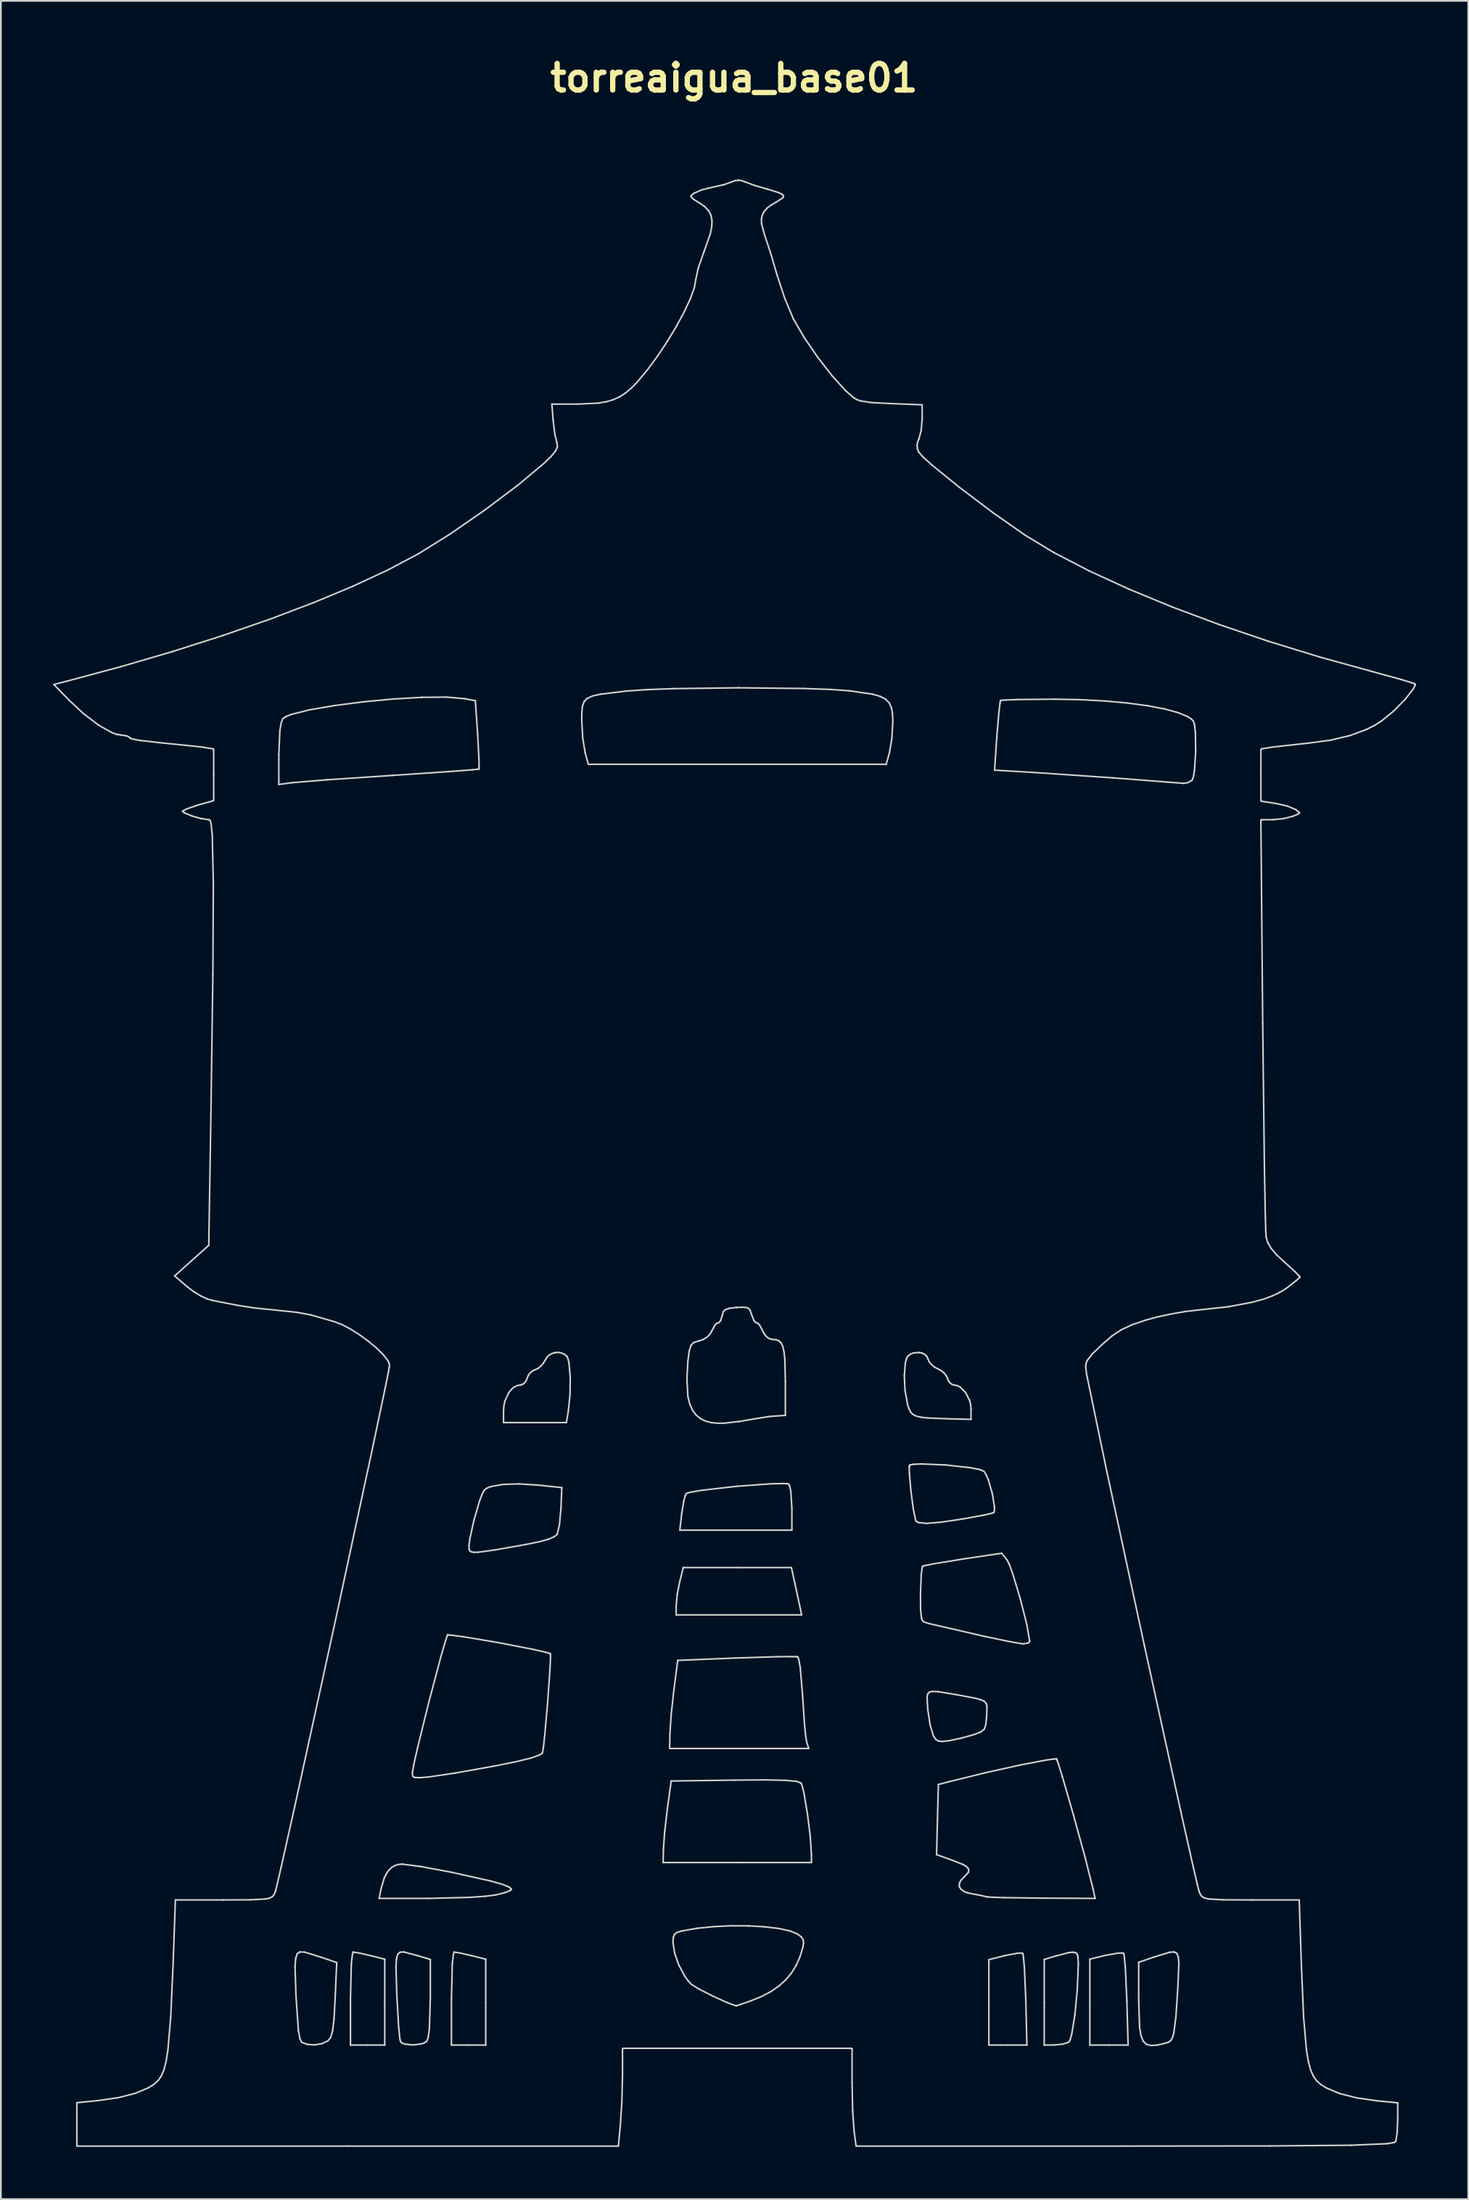
<source format=kicad_pcb>
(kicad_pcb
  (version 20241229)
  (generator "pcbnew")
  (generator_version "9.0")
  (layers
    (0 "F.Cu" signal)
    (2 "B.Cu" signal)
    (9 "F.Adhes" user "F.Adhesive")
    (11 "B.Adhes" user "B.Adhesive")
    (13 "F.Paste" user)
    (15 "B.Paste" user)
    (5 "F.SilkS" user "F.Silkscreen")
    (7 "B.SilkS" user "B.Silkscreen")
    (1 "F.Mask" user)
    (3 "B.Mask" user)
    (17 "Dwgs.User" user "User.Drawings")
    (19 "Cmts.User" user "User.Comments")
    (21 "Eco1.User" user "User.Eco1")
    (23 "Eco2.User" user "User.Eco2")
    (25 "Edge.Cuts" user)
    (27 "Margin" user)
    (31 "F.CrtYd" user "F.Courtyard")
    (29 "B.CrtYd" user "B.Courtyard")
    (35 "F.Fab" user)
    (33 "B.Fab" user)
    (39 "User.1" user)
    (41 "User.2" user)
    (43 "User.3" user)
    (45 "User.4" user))
  (footprint "torreaigua_base01"
    (layer "F.Cu")
    (at 39.111 62.313)
    (property "Reference" "torreaigua_base01" (at 0 -60.887 0) (layer "F.SilkS") (effects (font (size 1.524 1.524) (thickness 0.305))))
    (attr smd)
    (fp_line (start -39.067 -26.067) (end -38.32 -26.259) (stroke (width 0.089) (type solid)) (layer "Edge.Cuts"))
    (fp_line (start -38.32 -26.259) (end -35.215 -27.092) (stroke (width 0.089) (type solid)) (layer "Edge.Cuts"))
    (fp_line (start -38.205 -25.178) (end -39.067 -26.067) (stroke (width 0.089) (type solid)) (layer "Edge.Cuts"))
    (fp_line (start -37.746 55.348) (end -36.524 55.226) (stroke (width 0.089) (type solid)) (layer "Edge.Cuts"))
    (fp_line (start -37.746 56.595) (end -37.746 55.348) (stroke (width 0.089) (type solid)) (layer "Edge.Cuts"))
    (fp_line (start -37.746 57.839) (end -37.746 56.595) (stroke (width 0.089) (type solid)) (layer "Edge.Cuts"))
    (fp_line (start -37.361 -24.39) (end -38.205 -25.178) (stroke (width 0.089) (type solid)) (layer "Edge.Cuts"))
    (fp_line (start -36.524 55.226) (end -35.363 55.059) (stroke (width 0.089) (type solid)) (layer "Edge.Cuts"))
    (fp_line (start -36.521 -23.751) (end -37.361 -24.39) (stroke (width 0.089) (type solid)) (layer "Edge.Cuts"))
    (fp_line (start -35.779 -23.325) (end -36.521 -23.751) (stroke (width 0.089) (type solid)) (layer "Edge.Cuts"))
    (fp_line (start -35.477 -23.21) (end -35.779 -23.325) (stroke (width 0.089) (type solid)) (layer "Edge.Cuts"))
    (fp_line (start -35.363 55.059) (end -34.387 54.809) (stroke (width 0.089) (type solid)) (layer "Edge.Cuts"))
    (fp_line (start -35.239 -23.171) (end -35.477 -23.21) (stroke (width 0.089) (type solid)) (layer "Edge.Cuts"))
    (fp_line (start -35.215 -27.092) (end -32.217 -27.97) (stroke (width 0.089) (type solid)) (layer "Edge.Cuts"))
    (fp_line (start -34.901 -23.122) (end -35.239 -23.171) (stroke (width 0.089) (type solid)) (layer "Edge.Cuts"))
    (fp_line (start -34.77 -23.069) (end -34.901 -23.122) (stroke (width 0.089) (type solid)) (layer "Edge.Cuts"))
    (fp_line (start -34.683 -22.99) (end -34.77 -23.069) (stroke (width 0.089) (type solid)) (layer "Edge.Cuts"))
    (fp_line (start -34.65 -22.974) (end -34.683 -22.99) (stroke (width 0.089) (type solid)) (layer "Edge.Cuts"))
    (fp_line (start -34.542 -22.939) (end -34.65 -22.974) (stroke (width 0.089) (type solid)) (layer "Edge.Cuts"))
    (fp_line (start -34.387 54.809) (end -33.621 54.484) (stroke (width 0.089) (type solid)) (layer "Edge.Cuts"))
    (fp_line (start -34.163 -22.862) (end -34.542 -22.939) (stroke (width 0.089) (type solid)) (layer "Edge.Cuts"))
    (fp_line (start -33.621 54.484) (end -33.325 54.296) (stroke (width 0.089) (type solid)) (layer "Edge.Cuts"))
    (fp_line (start -33.325 54.296) (end -33.093 54.091) (stroke (width 0.089) (type solid)) (layer "Edge.Cuts"))
    (fp_line (start -33.093 54.091) (end -32.906 53.835) (stroke (width 0.089) (type solid)) (layer "Edge.Cuts"))
    (fp_line (start -32.983 -22.727) (end -34.163 -22.862) (stroke (width 0.089) (type solid)) (layer "Edge.Cuts"))
    (fp_line (start -32.906 53.835) (end -32.751 53.482) (stroke (width 0.089) (type solid)) (layer "Edge.Cuts"))
    (fp_line (start -32.751 53.482) (end -32.624 52.997) (stroke (width 0.089) (type solid)) (layer "Edge.Cuts"))
    (fp_line (start -32.624 52.997) (end -32.518 52.345) (stroke (width 0.089) (type solid)) (layer "Edge.Cuts"))
    (fp_line (start -32.518 52.345) (end -32.353 50.4) (stroke (width 0.089) (type solid)) (layer "Edge.Cuts"))
    (fp_line (start -32.353 50.4) (end -32.217 47.361) (stroke (width 0.089) (type solid)) (layer "Edge.Cuts"))
    (fp_line (start -32.217 47.361) (end -32.086 43.709) (stroke (width 0.089) (type solid)) (layer "Edge.Cuts"))
    (fp_line (start -32.217 -27.97) (end -29.355 -28.882) (stroke (width 0.089) (type solid)) (layer "Edge.Cuts"))
    (fp_line (start -32.13 7.884) (end -31.176 7.029) (stroke (width 0.089) (type solid)) (layer "Edge.Cuts"))
    (fp_line (start -32.086 43.709) (end -29.342 43.709) (stroke (width 0.089) (type solid)) (layer "Edge.Cuts"))
    (fp_line (start -31.677 -18.788) (end -31.595 -18.846) (stroke (width 0.089) (type solid)) (layer "Edge.Cuts"))
    (fp_line (start -31.667 -18.774) (end -31.677 -18.788) (stroke (width 0.089) (type solid)) (layer "Edge.Cuts"))
    (fp_line (start -31.595 -18.846) (end -31.388 -18.943) (stroke (width 0.089) (type solid)) (layer "Edge.Cuts"))
    (fp_line (start -31.563 -18.701) (end -31.667 -18.774) (stroke (width 0.089) (type solid)) (layer "Edge.Cuts"))
    (fp_line (start -31.388 -18.943) (end -30.768 -19.153) (stroke (width 0.089) (type solid)) (layer "Edge.Cuts"))
    (fp_line (start -31.38 8.526) (end -32.13 7.884) (stroke (width 0.089) (type solid)) (layer "Edge.Cuts"))
    (fp_line (start -31.176 7.029) (end -30.184 6.141) (stroke (width 0.089) (type solid)) (layer "Edge.Cuts"))
    (fp_line (start -31.15 -18.524) (end -31.563 -18.701) (stroke (width 0.089) (type solid)) (layer "Edge.Cuts"))
    (fp_line (start -31.018 8.8) (end -31.38 8.526) (stroke (width 0.089) (type solid)) (layer "Edge.Cuts"))
    (fp_line (start -30.768 -19.153) (end -29.921 -19.39) (stroke (width 0.089) (type solid)) (layer "Edge.Cuts"))
    (fp_line (start -30.634 -22.487) (end -32.983 -22.727) (stroke (width 0.089) (type solid)) (layer "Edge.Cuts"))
    (fp_line (start -30.631 9.033) (end -31.018 8.8) (stroke (width 0.089) (type solid)) (layer "Edge.Cuts"))
    (fp_line (start -30.623 -18.373) (end -31.15 -18.524) (stroke (width 0.089) (type solid)) (layer "Edge.Cuts"))
    (fp_line (start -30.26 9.206) (end -30.631 9.033) (stroke (width 0.089) (type solid)) (layer "Edge.Cuts"))
    (fp_line (start -30.184 6.141) (end -30.169 6.108) (stroke (width 0.089) (type solid)) (layer "Edge.Cuts"))
    (fp_line (start -30.169 6.108) (end -30.047 -1.352) (stroke (width 0.089) (type solid)) (layer "Edge.Cuts"))
    (fp_line (start -30.166 -18.307) (end -30.623 -18.373) (stroke (width 0.089) (type solid)) (layer "Edge.Cuts"))
    (fp_line (start -30.11 -18.281) (end -30.166 -18.307) (stroke (width 0.089) (type solid)) (layer "Edge.Cuts"))
    (fp_line (start -30.079 -18.231) (end -30.11 -18.281) (stroke (width 0.089) (type solid)) (layer "Edge.Cuts"))
    (fp_line (start -30.047 -1.352) (end -29.934 -9.389) (stroke (width 0.089) (type solid)) (layer "Edge.Cuts"))
    (fp_line (start -30.035 -18.069) (end -30.079 -18.231) (stroke (width 0.089) (type solid)) (layer "Edge.Cuts"))
    (fp_line (start -29.969 -17.421) (end -30.035 -18.069) (stroke (width 0.089) (type solid)) (layer "Edge.Cuts"))
    (fp_line (start -29.942 9.297) (end -30.26 9.206) (stroke (width 0.089) (type solid)) (layer "Edge.Cuts"))
    (fp_line (start -29.934 -9.389) (end -29.907 -14.603) (stroke (width 0.089) (type solid)) (layer "Edge.Cuts"))
    (fp_line (start -29.926 -22.374) (end -30.634 -22.487) (stroke (width 0.089) (type solid)) (layer "Edge.Cuts"))
    (fp_line (start -29.921 -19.39) (end -29.888 -19.433) (stroke (width 0.089) (type solid)) (layer "Edge.Cuts"))
    (fp_line (start -29.907 -14.603) (end -29.969 -17.421) (stroke (width 0.089) (type solid)) (layer "Edge.Cuts"))
    (fp_line (start -29.888 -22.33) (end -29.926 -22.374) (stroke (width 0.089) (type solid)) (layer "Edge.Cuts"))
    (fp_line (start -29.888 -20.881) (end -29.888 -22.33) (stroke (width 0.089) (type solid)) (layer "Edge.Cuts"))
    (fp_line (start -29.888 -19.433) (end -29.888 -20.881) (stroke (width 0.089) (type solid)) (layer "Edge.Cuts"))
    (fp_line (start -29.355 -28.882) (end -26.658 -29.817) (stroke (width 0.089) (type solid)) (layer "Edge.Cuts"))
    (fp_line (start -29.342 43.709) (end -27.757 43.701) (stroke (width 0.089) (type solid)) (layer "Edge.Cuts"))
    (fp_line (start -28.52 9.572) (end -29.942 9.297) (stroke (width 0.089) (type solid)) (layer "Edge.Cuts"))
    (fp_line (start -27.757 43.701) (end -26.902 43.652) (stroke (width 0.089) (type solid)) (layer "Edge.Cuts"))
    (fp_line (start -27.557 9.724) (end -28.52 9.572) (stroke (width 0.089) (type solid)) (layer "Edge.Cuts"))
    (fp_line (start -26.902 43.652) (end -26.665 43.599) (stroke (width 0.089) (type solid)) (layer "Edge.Cuts"))
    (fp_line (start -26.665 43.599) (end -26.512 43.517) (stroke (width 0.089) (type solid)) (layer "Edge.Cuts"))
    (fp_line (start -26.658 -29.817) (end -24.157 -30.764) (stroke (width 0.089) (type solid)) (layer "Edge.Cuts"))
    (fp_line (start -26.512 43.517) (end -26.418 43.402) (stroke (width 0.089) (type solid)) (layer "Edge.Cuts"))
    (fp_line (start -26.418 43.402) (end -26.355 43.259) (stroke (width 0.089) (type solid)) (layer "Edge.Cuts"))
    (fp_line (start -26.355 43.259) (end -26.314 43.117) (stroke (width 0.089) (type solid)) (layer "Edge.Cuts"))
    (fp_line (start -26.314 43.117) (end -26.242 42.822) (stroke (width 0.089) (type solid)) (layer "Edge.Cuts"))
    (fp_line (start -26.281 9.852) (end -27.557 9.724) (stroke (width 0.089) (type solid)) (layer "Edge.Cuts"))
    (fp_line (start -26.242 42.822) (end -26.006 41.802) (stroke (width 0.089) (type solid)) (layer "Edge.Cuts"))
    (fp_line (start -26.146 -22.04) (end -26.085 -23.43) (stroke (width 0.089) (type solid)) (layer "Edge.Cuts"))
    (fp_line (start -26.146 -20.328) (end -26.146 -22.04) (stroke (width 0.089) (type solid)) (layer "Edge.Cuts"))
    (fp_line (start -26.085 -23.43) (end -26.009 -23.866) (stroke (width 0.089) (type solid)) (layer "Edge.Cuts"))
    (fp_line (start -26.009 -23.866) (end -25.914 -24.106) (stroke (width 0.089) (type solid)) (layer "Edge.Cuts"))
    (fp_line (start -26.006 41.802) (end -25.231 38.342) (stroke (width 0.089) (type solid)) (layer "Edge.Cuts"))
    (fp_line (start -25.914 -24.106) (end -25.754 -24.219) (stroke (width 0.089) (type solid)) (layer "Edge.Cuts"))
    (fp_line (start -25.754 -24.219) (end -25.43 -24.35) (stroke (width 0.089) (type solid)) (layer "Edge.Cuts"))
    (fp_line (start -25.43 -24.35) (end -24.389 -24.611) (stroke (width 0.089) (type solid)) (layer "Edge.Cuts"))
    (fp_line (start -25.402 -20.429) (end -26.146 -20.328) (stroke (width 0.089) (type solid)) (layer "Edge.Cuts"))
    (fp_line (start -25.231 38.342) (end -22.985 28.084) (stroke (width 0.089) (type solid)) (layer "Edge.Cuts"))
    (fp_line (start -25.213 47.549) (end -25.18 47.073) (stroke (width 0.089) (type solid)) (layer "Edge.Cuts"))
    (fp_line (start -25.18 47.073) (end -25.09 46.801) (stroke (width 0.089) (type solid)) (layer "Edge.Cuts"))
    (fp_line (start -25.16 49.208) (end -25.213 47.549) (stroke (width 0.089) (type solid)) (layer "Edge.Cuts"))
    (fp_line (start -25.09 46.801) (end -24.933 46.694) (stroke (width 0.089) (type solid)) (layer "Edge.Cuts"))
    (fp_line (start -25.084 9.978) (end -26.281 9.852) (stroke (width 0.089) (type solid)) (layer "Edge.Cuts"))
    (fp_line (start -25.021 51.201) (end -25.16 49.208) (stroke (width 0.089) (type solid)) (layer "Edge.Cuts"))
    (fp_line (start -24.933 46.694) (end -24.933 46.694) (stroke (width 0.089) (type solid)) (layer "Edge.Cuts"))
    (fp_line (start -24.933 46.694) (end -24.933 46.694) (stroke (width 0.089) (type solid)) (layer "Edge.Cuts"))
    (fp_line (start -24.933 46.694) (end -24.661 46.704) (stroke (width 0.089) (type solid)) (layer "Edge.Cuts"))
    (fp_line (start -24.926 51.693) (end -25.021 51.201) (stroke (width 0.089) (type solid)) (layer "Edge.Cuts"))
    (fp_line (start -24.826 51.883) (end -24.926 51.693) (stroke (width 0.089) (type solid)) (layer "Edge.Cuts"))
    (fp_line (start -24.661 46.704) (end -23.688 47.007) (stroke (width 0.089) (type solid)) (layer "Edge.Cuts"))
    (fp_line (start -24.495 52.002) (end -24.826 51.883) (stroke (width 0.089) (type solid)) (layer "Edge.Cuts"))
    (fp_line (start -24.389 -24.611) (end -22.962 -24.857) (stroke (width 0.089) (type solid)) (layer "Edge.Cuts"))
    (fp_line (start -24.306 10.125) (end -25.084 9.978) (stroke (width 0.089) (type solid)) (layer "Edge.Cuts"))
    (fp_line (start -24.157 -30.764) (end -21.882 -31.712) (stroke (width 0.089) (type solid)) (layer "Edge.Cuts"))
    (fp_line (start -24.081 52.027) (end -24.495 52.002) (stroke (width 0.089) (type solid)) (layer "Edge.Cuts"))
    (fp_line (start -23.688 47.007) (end -22.819 47.303) (stroke (width 0.089) (type solid)) (layer "Edge.Cuts"))
    (fp_line (start -23.666 51.957) (end -24.081 52.027) (stroke (width 0.089) (type solid)) (layer "Edge.Cuts"))
    (fp_line (start -23.381 -20.597) (end -25.402 -20.429) (stroke (width 0.089) (type solid)) (layer "Edge.Cuts"))
    (fp_line (start -23.33 51.799) (end -23.666 51.957) (stroke (width 0.089) (type solid)) (layer "Edge.Cuts"))
    (fp_line (start -23.166 51.604) (end -23.33 51.799) (stroke (width 0.089) (type solid)) (layer "Edge.Cuts"))
    (fp_line (start -23.054 51.221) (end -23.166 51.604) (stroke (width 0.089) (type solid)) (layer "Edge.Cuts"))
    (fp_line (start -22.985 28.084) (end -20.781 17.854) (stroke (width 0.089) (type solid)) (layer "Edge.Cuts"))
    (fp_line (start -22.978 10.506) (end -24.306 10.125) (stroke (width 0.089) (type solid)) (layer "Edge.Cuts"))
    (fp_line (start -22.975 50.532) (end -23.054 51.221) (stroke (width 0.089) (type solid)) (layer "Edge.Cuts"))
    (fp_line (start -22.962 -24.857) (end -21.305 -25.071) (stroke (width 0.089) (type solid)) (layer "Edge.Cuts"))
    (fp_line (start -22.914 49.427) (end -22.975 50.532) (stroke (width 0.089) (type solid)) (layer "Edge.Cuts"))
    (fp_line (start -22.819 47.303) (end -22.914 49.427) (stroke (width 0.089) (type solid)) (layer "Edge.Cuts"))
    (fp_line (start -22.534 10.67) (end -22.978 10.506) (stroke (width 0.089) (type solid)) (layer "Edge.Cuts"))
    (fp_line (start -22.196 57.839) (end -37.746 57.839) (stroke (width 0.089) (type solid)) (layer "Edge.Cuts"))
    (fp_line (start -22.031 10.933) (end -22.534 10.67) (stroke (width 0.089) (type solid)) (layer "Edge.Cuts"))
    (fp_line (start -22.03 49.371) (end -21.981 47.35) (stroke (width 0.089) (type solid)) (layer "Edge.Cuts"))
    (fp_line (start -22.03 52.039) (end -22.03 49.371) (stroke (width 0.089) (type solid)) (layer "Edge.Cuts"))
    (fp_line (start -21.981 47.35) (end -21.919 46.841) (stroke (width 0.089) (type solid)) (layer "Edge.Cuts"))
    (fp_line (start -21.919 46.841) (end -21.883 46.721) (stroke (width 0.089) (type solid)) (layer "Edge.Cuts"))
    (fp_line (start -21.883 46.721) (end -21.872 46.704) (stroke (width 0.089) (type solid)) (layer "Edge.Cuts"))
    (fp_line (start -21.882 -31.712) (end -19.862 -32.652) (stroke (width 0.089) (type solid)) (layer "Edge.Cuts"))
    (fp_line (start -21.872 46.704) (end -21.872 46.704) (stroke (width 0.089) (type solid)) (layer "Edge.Cuts"))
    (fp_line (start -21.872 46.704) (end -21.502 46.763) (stroke (width 0.089) (type solid)) (layer "Edge.Cuts"))
    (fp_line (start -21.872 46.704) (end -21.872 46.704) (stroke (width 0.089) (type solid)) (layer "Edge.Cuts"))
    (fp_line (start -21.504 11.267) (end -22.031 10.933) (stroke (width 0.089) (type solid)) (layer "Edge.Cuts"))
    (fp_line (start -21.502 46.763) (end -20.859 46.91) (stroke (width 0.089) (type solid)) (layer "Edge.Cuts"))
    (fp_line (start -21.305 -25.071) (end -19.574 -25.235) (stroke (width 0.089) (type solid)) (layer "Edge.Cuts"))
    (fp_line (start -21.046 52.039) (end -22.03 52.039) (stroke (width 0.089) (type solid)) (layer "Edge.Cuts"))
    (fp_line (start -20.99 11.644) (end -21.504 11.267) (stroke (width 0.089) (type solid)) (layer "Edge.Cuts"))
    (fp_line (start -20.859 46.91) (end -20.062 47.111) (stroke (width 0.089) (type solid)) (layer "Edge.Cuts"))
    (fp_line (start -20.781 17.854) (end -20.059 14.429) (stroke (width 0.089) (type solid)) (layer "Edge.Cuts"))
    (fp_line (start -20.524 12.034) (end -20.99 11.644) (stroke (width 0.089) (type solid)) (layer "Edge.Cuts"))
    (fp_line (start -20.383 43.62) (end -20.275 43.075) (stroke (width 0.089) (type solid)) (layer "Edge.Cuts"))
    (fp_line (start -20.275 43.075) (end -20.089 42.445) (stroke (width 0.089) (type solid)) (layer "Edge.Cuts"))
    (fp_line (start -20.144 12.409) (end -20.524 12.034) (stroke (width 0.089) (type solid)) (layer "Edge.Cuts"))
    (fp_line (start -20.089 42.445) (end -19.967 42.2) (stroke (width 0.089) (type solid)) (layer "Edge.Cuts"))
    (fp_line (start -20.062 47.111) (end -20.062 49.58) (stroke (width 0.089) (type solid)) (layer "Edge.Cuts"))
    (fp_line (start -20.062 49.58) (end -20.062 52.039) (stroke (width 0.089) (type solid)) (layer "Edge.Cuts"))
    (fp_line (start -20.062 52.039) (end -21.046 52.039) (stroke (width 0.089) (type solid)) (layer "Edge.Cuts"))
    (fp_line (start -20.059 14.429) (end -19.857 13.432) (stroke (width 0.089) (type solid)) (layer "Edge.Cuts"))
    (fp_line (start -19.967 42.2) (end -19.825 42.001) (stroke (width 0.089) (type solid)) (layer "Edge.Cuts"))
    (fp_line (start -19.885 12.742) (end -20.144 12.409) (stroke (width 0.089) (type solid)) (layer "Edge.Cuts"))
    (fp_line (start -19.862 -32.652) (end -18.128 -33.571) (stroke (width 0.089) (type solid)) (layer "Edge.Cuts"))
    (fp_line (start -19.857 13.432) (end -19.804 13.149) (stroke (width 0.089) (type solid)) (layer "Edge.Cuts"))
    (fp_line (start -19.825 42.001) (end -19.665 41.847) (stroke (width 0.089) (type solid)) (layer "Edge.Cuts"))
    (fp_line (start -19.812 12.887) (end -19.885 12.742) (stroke (width 0.089) (type solid)) (layer "Edge.Cuts"))
    (fp_line (start -19.804 13.149) (end -19.786 13.017) (stroke (width 0.089) (type solid)) (layer "Edge.Cuts"))
    (fp_line (start -19.786 13.017) (end -19.812 12.887) (stroke (width 0.089) (type solid)) (layer "Edge.Cuts"))
    (fp_line (start -19.665 41.847) (end -19.486 41.738) (stroke (width 0.089) (type solid)) (layer "Edge.Cuts"))
    (fp_line (start -19.646 -20.847) (end -23.381 -20.597) (stroke (width 0.089) (type solid)) (layer "Edge.Cuts"))
    (fp_line (start -19.574 -25.235) (end -17.923 -25.331) (stroke (width 0.089) (type solid)) (layer "Edge.Cuts"))
    (fp_line (start -19.486 41.738) (end -19.286 41.673) (stroke (width 0.089) (type solid)) (layer "Edge.Cuts"))
    (fp_line (start -19.416 47.558) (end -19.389 47.095) (stroke (width 0.089) (type solid)) (layer "Edge.Cuts"))
    (fp_line (start -19.389 47.095) (end -19.312 46.824) (stroke (width 0.089) (type solid)) (layer "Edge.Cuts"))
    (fp_line (start -19.369 49.16) (end -19.416 47.558) (stroke (width 0.089) (type solid)) (layer "Edge.Cuts"))
    (fp_line (start -19.312 46.824) (end -19.18 46.709) (stroke (width 0.089) (type solid)) (layer "Edge.Cuts"))
    (fp_line (start -19.286 41.673) (end -19.066 41.651) (stroke (width 0.089) (type solid)) (layer "Edge.Cuts"))
    (fp_line (start -19.264 50.988) (end -19.369 49.16) (stroke (width 0.089) (type solid)) (layer "Edge.Cuts"))
    (fp_line (start -19.202 51.59) (end -19.264 50.988) (stroke (width 0.089) (type solid)) (layer "Edge.Cuts"))
    (fp_line (start -19.18 46.709) (end -18.956 46.698) (stroke (width 0.089) (type solid)) (layer "Edge.Cuts"))
    (fp_line (start -19.173 51.773) (end -19.202 51.59) (stroke (width 0.089) (type solid)) (layer "Edge.Cuts"))
    (fp_line (start -19.151 51.851) (end -19.173 51.773) (stroke (width 0.089) (type solid)) (layer "Edge.Cuts"))
    (fp_line (start -19.066 41.651) (end -19.066 41.651) (stroke (width 0.089) (type solid)) (layer "Edge.Cuts"))
    (fp_line (start -19.066 41.651) (end -18.001 41.789) (stroke (width 0.089) (type solid)) (layer "Edge.Cuts"))
    (fp_line (start -19.066 41.651) (end -19.066 41.651) (stroke (width 0.089) (type solid)) (layer "Edge.Cuts"))
    (fp_line (start -19.062 51.926) (end -19.151 51.851) (stroke (width 0.089) (type solid)) (layer "Edge.Cuts"))
    (fp_line (start -18.956 46.698) (end -18.956 46.698) (stroke (width 0.089) (type solid)) (layer "Edge.Cuts"))
    (fp_line (start -18.956 46.698) (end -18.134 46.918) (stroke (width 0.089) (type solid)) (layer "Edge.Cuts"))
    (fp_line (start -18.9 51.986) (end -19.062 51.926) (stroke (width 0.089) (type solid)) (layer "Edge.Cuts"))
    (fp_line (start -18.476 36.417) (end -18.396 35.95) (stroke (width 0.089) (type solid)) (layer "Edge.Cuts"))
    (fp_line (start -18.452 36.6) (end -18.476 36.417) (stroke (width 0.089) (type solid)) (layer "Edge.Cuts"))
    (fp_line (start -18.448 52.033) (end -18.9 51.986) (stroke (width 0.089) (type solid)) (layer "Edge.Cuts"))
    (fp_line (start -18.396 35.95) (end -18.183 35.001) (stroke (width 0.089) (type solid)) (layer "Edge.Cuts"))
    (fp_line (start -18.349 36.676) (end -18.452 36.6) (stroke (width 0.089) (type solid)) (layer "Edge.Cuts"))
    (fp_line (start -18.183 35.001) (end -17.524 32.334) (stroke (width 0.089) (type solid)) (layer "Edge.Cuts"))
    (fp_line (start -18.134 46.918) (end -17.443 47.125) (stroke (width 0.089) (type solid)) (layer "Edge.Cuts"))
    (fp_line (start -18.128 -33.571) (end -16.338 -34.685) (stroke (width 0.089) (type solid)) (layer "Edge.Cuts"))
    (fp_line (start -18.057 36.691) (end -18.349 36.676) (stroke (width 0.089) (type solid)) (layer "Edge.Cuts"))
    (fp_line (start -18.001 41.789) (end -16.226 42.121) (stroke (width 0.089) (type solid)) (layer "Edge.Cuts"))
    (fp_line (start -17.973 51.977) (end -18.448 52.033) (stroke (width 0.089) (type solid)) (layer "Edge.Cuts"))
    (fp_line (start -17.923 -25.331) (end -17.923 -25.331) (stroke (width 0.089) (type solid)) (layer "Edge.Cuts"))
    (fp_line (start -17.923 -25.331) (end -16.51 -25.344) (stroke (width 0.089) (type solid)) (layer "Edge.Cuts"))
    (fp_line (start -17.923 -25.331) (end -17.923 -25.331) (stroke (width 0.089) (type solid)) (layer "Edge.Cuts"))
    (fp_line (start -17.783 51.911) (end -17.973 51.977) (stroke (width 0.089) (type solid)) (layer "Edge.Cuts"))
    (fp_line (start -17.654 51.827) (end -17.783 51.911) (stroke (width 0.089) (type solid)) (layer "Edge.Cuts"))
    (fp_line (start -17.568 51.609) (end -17.654 51.827) (stroke (width 0.089) (type solid)) (layer "Edge.Cuts"))
    (fp_line (start -17.524 43.62) (end -20.383 43.62) (stroke (width 0.089) (type solid)) (layer "Edge.Cuts"))
    (fp_line (start -17.524 32.334) (end -16.831 29.725) (stroke (width 0.089) (type solid)) (layer "Edge.Cuts"))
    (fp_line (start -17.509 36.645) (end -18.057 36.691) (stroke (width 0.089) (type solid)) (layer "Edge.Cuts"))
    (fp_line (start -17.498 51.12) (end -17.568 51.609) (stroke (width 0.089) (type solid)) (layer "Edge.Cuts"))
    (fp_line (start -17.443 47.125) (end -17.443 49.363) (stroke (width 0.089) (type solid)) (layer "Edge.Cuts"))
    (fp_line (start -17.443 49.363) (end -17.498 51.12) (stroke (width 0.089) (type solid)) (layer "Edge.Cuts"))
    (fp_line (start -16.831 29.725) (end -16.577 28.85) (stroke (width 0.089) (type solid)) (layer "Edge.Cuts"))
    (fp_line (start -16.577 28.85) (end -16.492 28.592) (stroke (width 0.089) (type solid)) (layer "Edge.Cuts"))
    (fp_line (start -16.51 -25.344) (end -15.493 -25.256) (stroke (width 0.089) (type solid)) (layer "Edge.Cuts"))
    (fp_line (start -16.492 28.592) (end -16.463 28.519) (stroke (width 0.089) (type solid)) (layer "Edge.Cuts"))
    (fp_line (start -16.463 28.519) (end -16.45 28.493) (stroke (width 0.089) (type solid)) (layer "Edge.Cuts"))
    (fp_line (start -16.451 28.499) (end -16.4 28.498) (stroke (width 0.089) (type solid)) (layer "Edge.Cuts"))
    (fp_line (start -16.45 28.493) (end -16.45 28.493) (stroke (width 0.089) (type solid)) (layer "Edge.Cuts"))
    (fp_line (start -16.45 28.493) (end -16.45 28.493) (stroke (width 0.089) (type solid)) (layer "Edge.Cuts"))
    (fp_line (start -16.45 28.493) (end -16.451 28.499) (stroke (width 0.089) (type solid)) (layer "Edge.Cuts"))
    (fp_line (start -16.4 28.498) (end -16.205 28.512) (stroke (width 0.089) (type solid)) (layer "Edge.Cuts"))
    (fp_line (start -16.338 -34.685) (end -14.329 -36.073) (stroke (width 0.089) (type solid)) (layer "Edge.Cuts"))
    (fp_line (start -16.231 49.371) (end -16.181 47.35) (stroke (width 0.089) (type solid)) (layer "Edge.Cuts"))
    (fp_line (start -16.231 52.039) (end -16.231 49.371) (stroke (width 0.089) (type solid)) (layer "Edge.Cuts"))
    (fp_line (start -16.226 42.121) (end -14.007 42.614) (stroke (width 0.089) (type solid)) (layer "Edge.Cuts"))
    (fp_line (start -16.205 28.512) (end -15.533 28.601) (stroke (width 0.089) (type solid)) (layer "Edge.Cuts"))
    (fp_line (start -16.181 47.35) (end -16.12 46.841) (stroke (width 0.089) (type solid)) (layer "Edge.Cuts"))
    (fp_line (start -16.124 -21.085) (end -19.646 -20.847) (stroke (width 0.089) (type solid)) (layer "Edge.Cuts"))
    (fp_line (start -16.12 46.841) (end -16.083 46.721) (stroke (width 0.089) (type solid)) (layer "Edge.Cuts"))
    (fp_line (start -16.083 46.721) (end -16.072 46.704) (stroke (width 0.089) (type solid)) (layer "Edge.Cuts"))
    (fp_line (start -16.072 46.704) (end -15.703 46.763) (stroke (width 0.089) (type solid)) (layer "Edge.Cuts"))
    (fp_line (start -16.072 46.704) (end -16.072 46.704) (stroke (width 0.089) (type solid)) (layer "Edge.Cuts"))
    (fp_line (start -15.995 36.42) (end -17.509 36.645) (stroke (width 0.089) (type solid)) (layer "Edge.Cuts"))
    (fp_line (start -15.703 46.763) (end -15.06 46.91) (stroke (width 0.089) (type solid)) (layer "Edge.Cuts"))
    (fp_line (start -15.533 28.601) (end -13.527 28.938) (stroke (width 0.089) (type solid)) (layer "Edge.Cuts"))
    (fp_line (start -15.493 -25.256) (end -14.856 -25.136) (stroke (width 0.089) (type solid)) (layer "Edge.Cuts"))
    (fp_line (start -15.246 52.039) (end -16.231 52.039) (stroke (width 0.089) (type solid)) (layer "Edge.Cuts"))
    (fp_line (start -15.224 23.366) (end -15.172 22.974) (stroke (width 0.089) (type solid)) (layer "Edge.Cuts"))
    (fp_line (start -15.217 23.573) (end -15.224 23.366) (stroke (width 0.089) (type solid)) (layer "Edge.Cuts"))
    (fp_line (start -15.191 43.561) (end -17.524 43.62) (stroke (width 0.089) (type solid)) (layer "Edge.Cuts"))
    (fp_line (start -15.172 22.974) (end -14.935 21.896) (stroke (width 0.089) (type solid)) (layer "Edge.Cuts"))
    (fp_line (start -15.172 23.665) (end -15.217 23.573) (stroke (width 0.089) (type solid)) (layer "Edge.Cuts"))
    (fp_line (start -15.1 23.722) (end -15.172 23.665) (stroke (width 0.089) (type solid)) (layer "Edge.Cuts"))
    (fp_line (start -15.06 46.91) (end -14.262 47.111) (stroke (width 0.089) (type solid)) (layer "Edge.Cuts"))
    (fp_line (start -15.038 -21.171) (end -16.124 -21.085) (stroke (width 0.089) (type solid)) (layer "Edge.Cuts"))
    (fp_line (start -14.957 23.752) (end -15.1 23.722) (stroke (width 0.089) (type solid)) (layer "Edge.Cuts"))
    (fp_line (start -14.935 21.896) (end -14.618 20.812) (stroke (width 0.089) (type solid)) (layer "Edge.Cuts"))
    (fp_line (start -14.856 -25.136) (end -14.724 -23.203) (stroke (width 0.089) (type solid)) (layer "Edge.Cuts"))
    (fp_line (start -14.736 -21.201) (end -15.038 -21.171) (stroke (width 0.089) (type solid)) (layer "Edge.Cuts"))
    (fp_line (start -14.724 -23.203) (end -14.65 -21.797) (stroke (width 0.089) (type solid)) (layer "Edge.Cuts"))
    (fp_line (start -14.702 23.748) (end -14.957 23.752) (stroke (width 0.089) (type solid)) (layer "Edge.Cuts"))
    (fp_line (start -14.656 -21.212) (end -14.736 -21.201) (stroke (width 0.089) (type solid)) (layer "Edge.Cuts"))
    (fp_line (start -14.651 -21.213) (end -14.656 -21.212) (stroke (width 0.089) (type solid)) (layer "Edge.Cuts"))
    (fp_line (start -14.65 -21.797) (end -14.644 -21.356) (stroke (width 0.089) (type solid)) (layer "Edge.Cuts"))
    (fp_line (start -14.648 -21.232) (end -14.651 -21.213) (stroke (width 0.089) (type solid)) (layer "Edge.Cuts"))
    (fp_line (start -14.644 -21.356) (end -14.648 -21.232) (stroke (width 0.089) (type solid)) (layer "Edge.Cuts"))
    (fp_line (start -14.618 20.812) (end -14.465 20.408) (stroke (width 0.089) (type solid)) (layer "Edge.Cuts"))
    (fp_line (start -14.465 20.408) (end -14.345 20.182) (stroke (width 0.089) (type solid)) (layer "Edge.Cuts"))
    (fp_line (start -14.345 20.182) (end -14.204 20.074) (stroke (width 0.089) (type solid)) (layer "Edge.Cuts"))
    (fp_line (start -14.329 -36.073) (end -12.416 -37.509) (stroke (width 0.089) (type solid)) (layer "Edge.Cuts"))
    (fp_line (start -14.266 43.496) (end -15.191 43.561) (stroke (width 0.089) (type solid)) (layer "Edge.Cuts"))
    (fp_line (start -14.262 47.111) (end -14.262 49.58) (stroke (width 0.089) (type solid)) (layer "Edge.Cuts"))
    (fp_line (start -14.262 49.58) (end -14.262 52.039) (stroke (width 0.089) (type solid)) (layer "Edge.Cuts"))
    (fp_line (start -14.262 52.039) (end -15.246 52.039) (stroke (width 0.089) (type solid)) (layer "Edge.Cuts"))
    (fp_line (start -14.204 20.074) (end -13.974 19.98) (stroke (width 0.089) (type solid)) (layer "Edge.Cuts"))
    (fp_line (start -14.007 42.614) (end -13.329 42.805) (stroke (width 0.089) (type solid)) (layer "Edge.Cuts"))
    (fp_line (start -13.974 19.98) (end -13.284 19.855) (stroke (width 0.089) (type solid)) (layer "Edge.Cuts"))
    (fp_line (start -13.772 36.024) (end -15.995 36.42) (stroke (width 0.089) (type solid)) (layer "Edge.Cuts"))
    (fp_line (start -13.732 23.615) (end -14.702 23.748) (stroke (width 0.089) (type solid)) (layer "Edge.Cuts"))
    (fp_line (start -13.675 43.419) (end -14.266 43.496) (stroke (width 0.089) (type solid)) (layer "Edge.Cuts"))
    (fp_line (start -13.527 28.938) (end -11.509 29.33) (stroke (width 0.089) (type solid)) (layer "Edge.Cuts"))
    (fp_line (start -13.329 42.805) (end -12.925 42.965) (stroke (width 0.089) (type solid)) (layer "Edge.Cuts"))
    (fp_line (start -13.284 19.855) (end -12.349 19.824) (stroke (width 0.089) (type solid)) (layer "Edge.Cuts"))
    (fp_line (start -13.284 19.855) (end -13.284 19.855) (stroke (width 0.089) (type solid)) (layer "Edge.Cuts"))
    (fp_line (start -13.238 15.601) (end -13.216 15.322) (stroke (width 0.089) (type solid)) (layer "Edge.Cuts"))
    (fp_line (start -13.238 16.305) (end -13.238 15.601) (stroke (width 0.089) (type solid)) (layer "Edge.Cuts"))
    (fp_line (start -13.216 15.322) (end -13.155 15.055) (stroke (width 0.089) (type solid)) (layer "Edge.Cuts"))
    (fp_line (start -13.155 15.055) (end -12.936 14.588) (stroke (width 0.089) (type solid)) (layer "Edge.Cuts"))
    (fp_line (start -13.153 43.288) (end -13.675 43.419) (stroke (width 0.089) (type solid)) (layer "Edge.Cuts"))
    (fp_line (start -12.936 14.588) (end -12.79 14.406) (stroke (width 0.089) (type solid)) (layer "Edge.Cuts"))
    (fp_line (start -12.925 42.965) (end -12.79 43.082) (stroke (width 0.089) (type solid)) (layer "Edge.Cuts"))
    (fp_line (start -12.854 43.166) (end -13.153 43.288) (stroke (width 0.089) (type solid)) (layer "Edge.Cuts"))
    (fp_line (start -12.797 43.115) (end -12.854 43.166) (stroke (width 0.089) (type solid)) (layer "Edge.Cuts"))
    (fp_line (start -12.79 14.406) (end -12.627 14.267) (stroke (width 0.089) (type solid)) (layer "Edge.Cuts"))
    (fp_line (start -12.79 43.082) (end -12.797 43.115) (stroke (width 0.089) (type solid)) (layer "Edge.Cuts"))
    (fp_line (start -12.627 14.267) (end -12.453 14.18) (stroke (width 0.089) (type solid)) (layer "Edge.Cuts"))
    (fp_line (start -12.5 35.768) (end -13.772 36.024) (stroke (width 0.089) (type solid)) (layer "Edge.Cuts"))
    (fp_line (start -12.453 14.18) (end -12.275 14.149) (stroke (width 0.089) (type solid)) (layer "Edge.Cuts"))
    (fp_line (start -12.416 -37.509) (end -10.911 -38.767) (stroke (width 0.089) (type solid)) (layer "Edge.Cuts"))
    (fp_line (start -12.349 19.824) (end -11.241 19.895) (stroke (width 0.089) (type solid)) (layer "Edge.Cuts"))
    (fp_line (start -12.275 14.149) (end -12.145 14.114) (stroke (width 0.089) (type solid)) (layer "Edge.Cuts"))
    (fp_line (start -12.145 14.114) (end -12.029 14.021) (stroke (width 0.089) (type solid)) (layer "Edge.Cuts"))
    (fp_line (start -12.029 14.021) (end -11.935 13.889) (stroke (width 0.089) (type solid)) (layer "Edge.Cuts"))
    (fp_line (start -11.935 13.889) (end -11.871 13.728) (stroke (width 0.089) (type solid)) (layer "Edge.Cuts"))
    (fp_line (start -11.929 23.297) (end -13.732 23.615) (stroke (width 0.089) (type solid)) (layer "Edge.Cuts"))
    (fp_line (start -11.871 13.728) (end -11.807 13.582) (stroke (width 0.089) (type solid)) (layer "Edge.Cuts"))
    (fp_line (start -11.807 13.582) (end -11.702 13.447) (stroke (width 0.089) (type solid)) (layer "Edge.Cuts"))
    (fp_line (start -11.702 13.447) (end -11.573 13.339) (stroke (width 0.089) (type solid)) (layer "Edge.Cuts"))
    (fp_line (start -11.645 35.558) (end -12.5 35.768) (stroke (width 0.089) (type solid)) (layer "Edge.Cuts"))
    (fp_line (start -11.573 13.339) (end -11.437 13.276) (stroke (width 0.089) (type solid)) (layer "Edge.Cuts"))
    (fp_line (start -11.509 29.33) (end -10.82 29.488) (stroke (width 0.089) (type solid)) (layer "Edge.Cuts"))
    (fp_line (start -11.437 13.276) (end -11.265 13.199) (stroke (width 0.089) (type solid)) (layer "Edge.Cuts"))
    (fp_line (start -11.436 16.305) (end -13.238 16.305) (stroke (width 0.089) (type solid)) (layer "Edge.Cuts"))
    (fp_line (start -11.265 13.199) (end -11.097 13.066) (stroke (width 0.089) (type solid)) (layer "Edge.Cuts"))
    (fp_line (start -11.241 19.895) (end -9.891 20.038) (stroke (width 0.089) (type solid)) (layer "Edge.Cuts"))
    (fp_line (start -11.191 23.147) (end -11.929 23.297) (stroke (width 0.089) (type solid)) (layer "Edge.Cuts"))
    (fp_line (start -11.159 35.382) (end -11.645 35.558) (stroke (width 0.089) (type solid)) (layer "Edge.Cuts"))
    (fp_line (start -11.097 13.066) (end -10.949 12.896) (stroke (width 0.089) (type solid)) (layer "Edge.Cuts"))
    (fp_line (start -11.042 35.306) (end -11.159 35.382) (stroke (width 0.089) (type solid)) (layer "Edge.Cuts"))
    (fp_line (start -10.996 35.245) (end -11.042 35.306) (stroke (width 0.089) (type solid)) (layer "Edge.Cuts"))
    (fp_line (start -10.949 12.896) (end -10.836 12.704) (stroke (width 0.089) (type solid)) (layer "Edge.Cuts"))
    (fp_line (start -10.941 34.894) (end -10.996 35.245) (stroke (width 0.089) (type solid)) (layer "Edge.Cuts"))
    (fp_line (start -10.911 -38.767) (end -10.501 -39.165) (stroke (width 0.089) (type solid)) (layer "Edge.Cuts"))
    (fp_line (start -10.866 34.201) (end -10.941 34.894) (stroke (width 0.089) (type solid)) (layer "Edge.Cuts"))
    (fp_line (start -10.836 12.704) (end -10.738 12.547) (stroke (width 0.089) (type solid)) (layer "Edge.Cuts"))
    (fp_line (start -10.82 29.488) (end -10.614 29.546) (stroke (width 0.089) (type solid)) (layer "Edge.Cuts"))
    (fp_line (start -10.738 12.547) (end -10.606 12.424) (stroke (width 0.089) (type solid)) (layer "Edge.Cuts"))
    (fp_line (start -10.698 32.276) (end -10.866 34.201) (stroke (width 0.089) (type solid)) (layer "Edge.Cuts"))
    (fp_line (start -10.653 22.998) (end -11.191 23.147) (stroke (width 0.089) (type solid)) (layer "Edge.Cuts"))
    (fp_line (start -10.614 29.546) (end -10.555 29.568) (stroke (width 0.089) (type solid)) (layer "Edge.Cuts"))
    (fp_line (start -10.606 12.424) (end -10.451 12.337) (stroke (width 0.089) (type solid)) (layer "Edge.Cuts"))
    (fp_line (start -10.568 30.412) (end -10.698 32.276) (stroke (width 0.089) (type solid)) (layer "Edge.Cuts"))
    (fp_line (start -10.555 29.568) (end -10.542 29.575) (stroke (width 0.089) (type solid)) (layer "Edge.Cuts"))
    (fp_line (start -10.542 29.575) (end -10.539 29.62) (stroke (width 0.089) (type solid)) (layer "Edge.Cuts"))
    (fp_line (start -10.54 29.796) (end -10.568 30.412) (stroke (width 0.089) (type solid)) (layer "Edge.Cuts"))
    (fp_line (start -10.539 29.62) (end -10.54 29.796) (stroke (width 0.089) (type solid)) (layer "Edge.Cuts"))
    (fp_line (start -10.501 -39.165) (end -10.25 -39.473) (stroke (width 0.089) (type solid)) (layer "Edge.Cuts"))
    (fp_line (start -10.462 -42.164) (end -8.99 -42.164) (stroke (width 0.089) (type solid)) (layer "Edge.Cuts"))
    (fp_line (start -10.451 12.337) (end -10.28 12.287) (stroke (width 0.089) (type solid)) (layer "Edge.Cuts"))
    (fp_line (start -10.389 -41.231) (end -10.462 -42.164) (stroke (width 0.089) (type solid)) (layer "Edge.Cuts"))
    (fp_line (start -10.309 22.849) (end -10.653 22.998) (stroke (width 0.089) (type solid)) (layer "Edge.Cuts"))
    (fp_line (start -10.293 -40.446) (end -10.389 -41.231) (stroke (width 0.089) (type solid)) (layer "Edge.Cuts"))
    (fp_line (start -10.28 12.287) (end -10.28 12.287) (stroke (width 0.089) (type solid)) (layer "Edge.Cuts"))
    (fp_line (start -10.28 12.287) (end -10.101 12.275) (stroke (width 0.089) (type solid)) (layer "Edge.Cuts"))
    (fp_line (start -10.25 -39.473) (end -10.143 -39.724) (stroke (width 0.089) (type solid)) (layer "Edge.Cuts"))
    (fp_line (start -10.171 -39.941) (end -10.293 -40.446) (stroke (width 0.089) (type solid)) (layer "Edge.Cuts"))
    (fp_line (start -10.152 22.71) (end -10.309 22.849) (stroke (width 0.089) (type solid)) (layer "Edge.Cuts"))
    (fp_line (start -10.143 -39.724) (end -10.171 -39.941) (stroke (width 0.089) (type solid)) (layer "Edge.Cuts"))
    (fp_line (start -10.101 12.275) (end -9.924 12.305) (stroke (width 0.089) (type solid)) (layer "Edge.Cuts"))
    (fp_line (start -10.023 22.147) (end -10.152 22.71) (stroke (width 0.089) (type solid)) (layer "Edge.Cuts"))
    (fp_line (start -9.939 21.205) (end -10.023 22.147) (stroke (width 0.089) (type solid)) (layer "Edge.Cuts"))
    (fp_line (start -9.924 12.305) (end -9.757 12.375) (stroke (width 0.089) (type solid)) (layer "Edge.Cuts"))
    (fp_line (start -9.891 20.038) (end -9.939 21.205) (stroke (width 0.089) (type solid)) (layer "Edge.Cuts"))
    (fp_line (start -9.757 12.375) (end -9.609 12.49) (stroke (width 0.089) (type solid)) (layer "Edge.Cuts"))
    (fp_line (start -9.627 16.305) (end -11.436 16.305) (stroke (width 0.089) (type solid)) (layer "Edge.Cuts"))
    (fp_line (start -9.609 12.49) (end -9.539 12.63) (stroke (width 0.089) (type solid)) (layer "Edge.Cuts"))
    (fp_line (start -9.539 12.63) (end -9.477 12.9) (stroke (width 0.089) (type solid)) (layer "Edge.Cuts"))
    (fp_line (start -9.517 15.641) (end -9.627 16.305) (stroke (width 0.089) (type solid)) (layer "Edge.Cuts"))
    (fp_line (start -9.477 12.9) (end -9.407 13.706) (stroke (width 0.089) (type solid)) (layer "Edge.Cuts"))
    (fp_line (start -9.419 14.687) (end -9.517 15.641) (stroke (width 0.089) (type solid)) (layer "Edge.Cuts"))
    (fp_line (start -9.407 13.706) (end -9.419 14.687) (stroke (width 0.089) (type solid)) (layer "Edge.Cuts"))
    (fp_line (start -8.99 -42.164) (end -7.815 -42.22) (stroke (width 0.089) (type solid)) (layer "Edge.Cuts"))
    (fp_line (start -8.746 -24.008) (end -8.74 -24.482) (stroke (width 0.089) (type solid)) (layer "Edge.Cuts"))
    (fp_line (start -8.74 -24.482) (end -8.701 -24.838) (stroke (width 0.089) (type solid)) (layer "Edge.Cuts"))
    (fp_line (start -8.701 -24.838) (end -8.606 -25.093) (stroke (width 0.089) (type solid)) (layer "Edge.Cuts"))
    (fp_line (start -8.688 -22.985) (end -8.746 -24.008) (stroke (width 0.089) (type solid)) (layer "Edge.Cuts"))
    (fp_line (start -8.606 -25.093) (end -8.426 -25.274) (stroke (width 0.089) (type solid)) (layer "Edge.Cuts"))
    (fp_line (start -8.552 -22.156) (end -8.688 -22.985) (stroke (width 0.089) (type solid)) (layer "Edge.Cuts"))
    (fp_line (start -8.426 -25.274) (end -8.123 -25.408) (stroke (width 0.089) (type solid)) (layer "Edge.Cuts"))
    (fp_line (start -8.366 -21.487) (end -8.552 -22.156) (stroke (width 0.089) (type solid)) (layer "Edge.Cuts"))
    (fp_line (start -8.123 -25.408) (end -7.667 -25.511) (stroke (width 0.089) (type solid)) (layer "Edge.Cuts"))
    (fp_line (start -7.815 -42.22) (end -7.346 -42.298) (stroke (width 0.089) (type solid)) (layer "Edge.Cuts"))
    (fp_line (start -7.667 -25.511) (end -6.18 -25.691) (stroke (width 0.089) (type solid)) (layer "Edge.Cuts"))
    (fp_line (start -7.346 -42.298) (end -6.934 -42.418) (stroke (width 0.089) (type solid)) (layer "Edge.Cuts"))
    (fp_line (start -6.934 -42.418) (end -6.564 -42.586) (stroke (width 0.089) (type solid)) (layer "Edge.Cuts"))
    (fp_line (start -6.642 57.839) (end -22.196 57.839) (stroke (width 0.089) (type solid)) (layer "Edge.Cuts"))
    (fp_line (start -6.564 -42.586) (end -6.222 -42.808) (stroke (width 0.089) (type solid)) (layer "Edge.Cuts"))
    (fp_line (start -6.526 56.616) (end -6.642 57.839) (stroke (width 0.089) (type solid)) (layer "Edge.Cuts"))
    (fp_line (start -6.441 55.273) (end -6.526 56.616) (stroke (width 0.089) (type solid)) (layer "Edge.Cuts"))
    (fp_line (start -6.405 53.814) (end -6.441 55.273) (stroke (width 0.089) (type solid)) (layer "Edge.Cuts"))
    (fp_line (start -6.404 52.271) (end -6.405 53.814) (stroke (width 0.089) (type solid)) (layer "Edge.Cuts"))
    (fp_line (start -6.391 52.239) (end -6.404 52.271) (stroke (width 0.089) (type solid)) (layer "Edge.Cuts"))
    (fp_line (start -6.359 52.226) (end -6.391 52.239) (stroke (width 0.089) (type solid)) (layer "Edge.Cuts"))
    (fp_line (start -6.222 -42.808) (end -5.892 -43.088) (stroke (width 0.089) (type solid)) (layer "Edge.Cuts"))
    (fp_line (start -6.18 -25.691) (end -5.046 -25.771) (stroke (width 0.089) (type solid)) (layer "Edge.Cuts"))
    (fp_line (start -5.892 -43.088) (end -5.558 -43.431) (stroke (width 0.089) (type solid)) (layer "Edge.Cuts"))
    (fp_line (start -5.558 -43.431) (end -4.974 -44.13) (stroke (width 0.089) (type solid)) (layer "Edge.Cuts"))
    (fp_line (start -5.046 -25.771) (end -3.503 -25.829) (stroke (width 0.089) (type solid)) (layer "Edge.Cuts"))
    (fp_line (start -4.974 -44.13) (end -4.389 -44.925) (stroke (width 0.089) (type solid)) (layer "Edge.Cuts"))
    (fp_line (start -4.389 -44.925) (end -3.825 -45.772) (stroke (width 0.089) (type solid)) (layer "Edge.Cuts"))
    (fp_line (start -4.069 41.562) (end -4.056 40.812) (stroke (width 0.089) (type solid)) (layer "Edge.Cuts"))
    (fp_line (start -4.056 40.812) (end -3.982 39.788) (stroke (width 0.089) (type solid)) (layer "Edge.Cuts"))
    (fp_line (start -3.982 39.788) (end -3.823 38.432) (stroke (width 0.089) (type solid)) (layer "Edge.Cuts"))
    (fp_line (start -3.825 -45.772) (end -3.308 -46.63) (stroke (width 0.089) (type solid)) (layer "Edge.Cuts"))
    (fp_line (start -3.823 38.432) (end -3.608 36.88) (stroke (width 0.089) (type solid)) (layer "Edge.Cuts"))
    (fp_line (start -3.696 35.014) (end -3.682 34.17) (stroke (width 0.089) (type solid)) (layer "Edge.Cuts"))
    (fp_line (start -3.682 34.17) (end -3.607 33.052) (stroke (width 0.089) (type solid)) (layer "Edge.Cuts"))
    (fp_line (start -3.608 36.88) (end 0.023 36.83) (stroke (width 0.089) (type solid)) (layer "Edge.Cuts"))
    (fp_line (start -3.607 33.052) (end -3.448 31.603) (stroke (width 0.089) (type solid)) (layer "Edge.Cuts"))
    (fp_line (start -3.505 46.158) (end -3.487 45.856) (stroke (width 0.089) (type solid)) (layer "Edge.Cuts"))
    (fp_line (start -3.503 -25.829) (end 0.258 -25.878) (stroke (width 0.089) (type solid)) (layer "Edge.Cuts"))
    (fp_line (start -3.487 45.856) (end -3.417 45.676) (stroke (width 0.089) (type solid)) (layer "Edge.Cuts"))
    (fp_line (start -3.448 31.603) (end -3.234 29.956) (stroke (width 0.089) (type solid)) (layer "Edge.Cuts"))
    (fp_line (start -3.417 45.676) (end -3.263 45.567) (stroke (width 0.089) (type solid)) (layer "Edge.Cuts"))
    (fp_line (start -3.409 46.767) (end -3.505 46.158) (stroke (width 0.089) (type solid)) (layer "Edge.Cuts"))
    (fp_line (start -3.322 26.816) (end -3.261 26.175) (stroke (width 0.089) (type solid)) (layer "Edge.Cuts"))
    (fp_line (start -3.322 27.344) (end -3.322 26.816) (stroke (width 0.089) (type solid)) (layer "Edge.Cuts"))
    (fp_line (start -3.308 -46.63) (end -2.862 -47.455) (stroke (width 0.089) (type solid)) (layer "Edge.Cuts"))
    (fp_line (start -3.263 45.567) (end -2.98 45.485) (stroke (width 0.089) (type solid)) (layer "Edge.Cuts"))
    (fp_line (start -3.261 26.175) (end -3.114 25.424) (stroke (width 0.089) (type solid)) (layer "Edge.Cuts"))
    (fp_line (start -3.234 29.956) (end 0.096 29.82) (stroke (width 0.089) (type solid)) (layer "Edge.Cuts"))
    (fp_line (start -3.164 47.455) (end -3.409 46.767) (stroke (width 0.089) (type solid)) (layer "Edge.Cuts"))
    (fp_line (start -3.114 25.424) (end -2.913 24.626) (stroke (width 0.089) (type solid)) (layer "Edge.Cuts"))
    (fp_line (start -3.112 22.479) (end -3.007 21.546) (stroke (width 0.089) (type solid)) (layer "Edge.Cuts"))
    (fp_line (start -3.007 21.546) (end -2.883 20.797) (stroke (width 0.089) (type solid)) (layer "Edge.Cuts"))
    (fp_line (start -2.98 45.485) (end -2.116 45.336) (stroke (width 0.089) (type solid)) (layer "Edge.Cuts"))
    (fp_line (start -2.913 24.626) (end 0.192 24.626) (stroke (width 0.089) (type solid)) (layer "Edge.Cuts"))
    (fp_line (start -2.913 24.626) (end -2.913 24.626) (stroke (width 0.089) (type solid)) (layer "Edge.Cuts"))
    (fp_line (start -2.883 20.797) (end -2.809 20.525) (stroke (width 0.089) (type solid)) (layer "Edge.Cuts"))
    (fp_line (start -2.862 -47.455) (end -2.512 -48.205) (stroke (width 0.089) (type solid)) (layer "Edge.Cuts"))
    (fp_line (start -2.823 48.093) (end -3.164 47.455) (stroke (width 0.089) (type solid)) (layer "Edge.Cuts"))
    (fp_line (start -2.809 20.525) (end -2.745 20.381) (stroke (width 0.089) (type solid)) (layer "Edge.Cuts"))
    (fp_line (start -2.745 20.381) (end -2.672 20.349) (stroke (width 0.089) (type solid)) (layer "Edge.Cuts"))
    (fp_line (start -2.702 13.807) (end -2.652 12.798) (stroke (width 0.089) (type solid)) (layer "Edge.Cuts"))
    (fp_line (start -2.672 20.349) (end -2.475 20.298) (stroke (width 0.089) (type solid)) (layer "Edge.Cuts"))
    (fp_line (start -2.652 12.798) (end -2.57 12.193) (stroke (width 0.089) (type solid)) (layer "Edge.Cuts"))
    (fp_line (start -2.649 14.805) (end -2.702 13.807) (stroke (width 0.089) (type solid)) (layer "Edge.Cuts"))
    (fp_line (start -2.634 48.354) (end -2.823 48.093) (stroke (width 0.089) (type solid)) (layer "Edge.Cuts"))
    (fp_line (start -2.57 12.193) (end -2.469 11.861) (stroke (width 0.089) (type solid)) (layer "Edge.Cuts"))
    (fp_line (start -2.537 15.252) (end -2.649 14.805) (stroke (width 0.089) (type solid)) (layer "Edge.Cuts"))
    (fp_line (start -2.512 -48.205) (end -2.281 -48.838) (stroke (width 0.089) (type solid)) (layer "Edge.Cuts"))
    (fp_line (start -2.475 20.298) (end -1.81 20.185) (stroke (width 0.089) (type solid)) (layer "Edge.Cuts"))
    (fp_line (start -2.469 11.861) (end -2.308 11.705) (stroke (width 0.089) (type solid)) (layer "Edge.Cuts"))
    (fp_line (start -2.465 -54.055) (end -2.459 -54.132) (stroke (width 0.089) (type solid)) (layer "Edge.Cuts"))
    (fp_line (start -2.459 -54.132) (end -2.317 -54.259) (stroke (width 0.089) (type solid)) (layer "Edge.Cuts"))
    (fp_line (start -2.444 48.557) (end -2.634 48.354) (stroke (width 0.089) (type solid)) (layer "Edge.Cuts"))
    (fp_line (start -2.374 15.609) (end -2.537 15.252) (stroke (width 0.089) (type solid)) (layer "Edge.Cuts"))
    (fp_line (start -2.317 -54.259) (end -1.874 -54.457) (stroke (width 0.089) (type solid)) (layer "Edge.Cuts"))
    (fp_line (start -2.316 -53.918) (end -2.465 -54.055) (stroke (width 0.089) (type solid)) (layer "Edge.Cuts"))
    (fp_line (start -2.308 11.705) (end -2.013 11.615) (stroke (width 0.089) (type solid)) (layer "Edge.Cuts"))
    (fp_line (start -2.281 -48.838) (end -2.195 -49.318) (stroke (width 0.089) (type solid)) (layer "Edge.Cuts"))
    (fp_line (start -2.195 -49.318) (end -2.057 -49.966) (stroke (width 0.089) (type solid)) (layer "Edge.Cuts"))
    (fp_line (start -2.164 15.885) (end -2.374 15.609) (stroke (width 0.089) (type solid)) (layer "Edge.Cuts"))
    (fp_line (start -2.116 45.336) (end -1.158 45.239) (stroke (width 0.089) (type solid)) (layer "Edge.Cuts"))
    (fp_line (start -2.057 -49.966) (end -1.731 -50.892) (stroke (width 0.089) (type solid)) (layer "Edge.Cuts"))
    (fp_line (start -2.013 11.615) (end -1.762 11.53) (stroke (width 0.089) (type solid)) (layer "Edge.Cuts"))
    (fp_line (start -1.986 48.838) (end -2.444 48.557) (stroke (width 0.089) (type solid)) (layer "Edge.Cuts"))
    (fp_line (start -1.964 -53.699) (end -2.316 -53.918) (stroke (width 0.089) (type solid)) (layer "Edge.Cuts"))
    (fp_line (start -1.911 16.088) (end -2.164 15.885) (stroke (width 0.089) (type solid)) (layer "Edge.Cuts"))
    (fp_line (start -1.874 -54.457) (end -1.237 -54.615) (stroke (width 0.089) (type solid)) (layer "Edge.Cuts"))
    (fp_line (start -1.81 20.185) (end 0.151 19.962) (stroke (width 0.089) (type solid)) (layer "Edge.Cuts"))
    (fp_line (start -1.762 11.53) (end -1.546 11.397) (stroke (width 0.089) (type solid)) (layer "Edge.Cuts"))
    (fp_line (start -1.731 -50.892) (end -1.359 -51.949) (stroke (width 0.089) (type solid)) (layer "Edge.Cuts"))
    (fp_line (start -1.679 -53.5) (end -1.964 -53.699) (stroke (width 0.089) (type solid)) (layer "Edge.Cuts"))
    (fp_line (start -1.619 16.226) (end -1.911 16.088) (stroke (width 0.089) (type solid)) (layer "Edge.Cuts"))
    (fp_line (start -1.546 11.397) (end -1.375 11.224) (stroke (width 0.089) (type solid)) (layer "Edge.Cuts"))
    (fp_line (start -1.468 -53.276) (end -1.679 -53.5) (stroke (width 0.089) (type solid)) (layer "Edge.Cuts"))
    (fp_line (start -1.375 11.224) (end -1.26 11.016) (stroke (width 0.089) (type solid)) (layer "Edge.Cuts"))
    (fp_line (start -1.359 -51.949) (end -1.277 -52.363) (stroke (width 0.089) (type solid)) (layer "Edge.Cuts"))
    (fp_line (start -1.329 -53.018) (end -1.468 -53.276) (stroke (width 0.089) (type solid)) (layer "Edge.Cuts"))
    (fp_line (start -1.292 16.309) (end -1.619 16.226) (stroke (width 0.089) (type solid)) (layer "Edge.Cuts"))
    (fp_line (start -1.277 -52.363) (end -1.266 -52.716) (stroke (width 0.089) (type solid)) (layer "Edge.Cuts"))
    (fp_line (start -1.266 -52.716) (end -1.329 -53.018) (stroke (width 0.089) (type solid)) (layer "Edge.Cuts"))
    (fp_line (start -1.26 11.016) (end -1.093 10.709) (stroke (width 0.089) (type solid)) (layer "Edge.Cuts"))
    (fp_line (start -1.237 -54.615) (end -0.581 -54.76) (stroke (width 0.089) (type solid)) (layer "Edge.Cuts"))
    (fp_line (start -1.202 49.236) (end -1.986 48.838) (stroke (width 0.089) (type solid)) (layer "Edge.Cuts"))
    (fp_line (start -1.158 45.239) (end -0.158 45.193) (stroke (width 0.089) (type solid)) (layer "Edge.Cuts"))
    (fp_line (start -1.093 10.709) (end -1.008 10.621) (stroke (width 0.089) (type solid)) (layer "Edge.Cuts"))
    (fp_line (start -1.008 10.621) (end -0.952 10.595) (stroke (width 0.089) (type solid)) (layer "Edge.Cuts"))
    (fp_line (start -0.952 10.595) (end -0.849 10.553) (stroke (width 0.089) (type solid)) (layer "Edge.Cuts"))
    (fp_line (start -0.935 16.343) (end -1.292 16.309) (stroke (width 0.089) (type solid)) (layer "Edge.Cuts"))
    (fp_line (start -0.849 10.553) (end -0.769 10.448) (stroke (width 0.089) (type solid)) (layer "Edge.Cuts"))
    (fp_line (start -0.769 10.448) (end -0.669 10.135) (stroke (width 0.089) (type solid)) (layer "Edge.Cuts"))
    (fp_line (start -0.669 10.135) (end -0.614 9.935) (stroke (width 0.089) (type solid)) (layer "Edge.Cuts"))
    (fp_line (start -0.614 9.935) (end -0.494 9.815) (stroke (width 0.089) (type solid)) (layer "Edge.Cuts"))
    (fp_line (start -0.581 -54.76) (end -0.095 -54.933) (stroke (width 0.089) (type solid)) (layer "Edge.Cuts"))
    (fp_line (start -0.552 16.338) (end -0.935 16.343) (stroke (width 0.089) (type solid)) (layer "Edge.Cuts"))
    (fp_line (start -0.494 9.815) (end -0.258 9.741) (stroke (width 0.089) (type solid)) (layer "Edge.Cuts"))
    (fp_line (start -0.396 49.602) (end -1.202 49.236) (stroke (width 0.089) (type solid)) (layer "Edge.Cuts"))
    (fp_line (start -0.258 9.741) (end 0.139 9.695) (stroke (width 0.089) (type solid)) (layer "Edge.Cuts"))
    (fp_line (start -0.158 45.193) (end 0.833 45.197) (stroke (width 0.089) (type solid)) (layer "Edge.Cuts"))
    (fp_line (start -0.095 -54.933) (end 0.073 -54.997) (stroke (width 0.089) (type solid)) (layer "Edge.Cuts"))
    (fp_line (start 0.023 36.83) (end 1.782 36.817) (stroke (width 0.089) (type solid)) (layer "Edge.Cuts"))
    (fp_line (start 0.073 -54.997) (end 0.247 -55.018) (stroke (width 0.089) (type solid)) (layer "Edge.Cuts"))
    (fp_line (start 0.096 29.82) (end 2.535 29.744) (stroke (width 0.089) (type solid)) (layer "Edge.Cuts"))
    (fp_line (start 0.104 22.479) (end -3.112 22.479) (stroke (width 0.089) (type solid)) (layer "Edge.Cuts"))
    (fp_line (start 0.12 49.788) (end -0.396 49.602) (stroke (width 0.089) (type solid)) (layer "Edge.Cuts"))
    (fp_line (start 0.127 49.786) (end 0.12 49.788) (stroke (width 0.089) (type solid)) (layer "Edge.Cuts"))
    (fp_line (start 0.139 9.695) (end 0.139 9.695) (stroke (width 0.089) (type solid)) (layer "Edge.Cuts"))
    (fp_line (start 0.139 9.695) (end 0.561 9.68) (stroke (width 0.089) (type solid)) (layer "Edge.Cuts"))
    (fp_line (start 0.139 9.695) (end 0.139 9.695) (stroke (width 0.089) (type solid)) (layer "Edge.Cuts"))
    (fp_line (start 0.151 19.962) (end 2.135 19.818) (stroke (width 0.089) (type solid)) (layer "Edge.Cuts"))
    (fp_line (start 0.178 49.771) (end 0.127 49.786) (stroke (width 0.089) (type solid)) (layer "Edge.Cuts"))
    (fp_line (start 0.188 -21.487) (end -8.366 -21.487) (stroke (width 0.089) (type solid)) (layer "Edge.Cuts"))
    (fp_line (start 0.188 41.562) (end -4.069 41.562) (stroke (width 0.089) (type solid)) (layer "Edge.Cuts"))
    (fp_line (start 0.188 52.226) (end -6.359 52.226) (stroke (width 0.089) (type solid)) (layer "Edge.Cuts"))
    (fp_line (start 0.192 24.626) (end 3.296 24.626) (stroke (width 0.089) (type solid)) (layer "Edge.Cuts"))
    (fp_line (start 0.247 -55.018) (end 0.247 -55.018) (stroke (width 0.089) (type solid)) (layer "Edge.Cuts"))
    (fp_line (start 0.247 -55.018) (end 0.247 -55.018) (stroke (width 0.089) (type solid)) (layer "Edge.Cuts"))
    (fp_line (start 0.247 -55.018) (end 0.427 -54.995) (stroke (width 0.089) (type solid)) (layer "Edge.Cuts"))
    (fp_line (start 0.258 -25.878) (end 0.258 -25.878) (stroke (width 0.089) (type solid)) (layer "Edge.Cuts"))
    (fp_line (start 0.258 -25.878) (end 3.998 -25.838) (stroke (width 0.089) (type solid)) (layer "Edge.Cuts"))
    (fp_line (start 0.277 16.244) (end -0.552 16.338) (stroke (width 0.089) (type solid)) (layer "Edge.Cuts"))
    (fp_line (start 0.286 27.344) (end -3.322 27.344) (stroke (width 0.089) (type solid)) (layer "Edge.Cuts"))
    (fp_line (start 0.304 35.014) (end -3.696 35.014) (stroke (width 0.089) (type solid)) (layer "Edge.Cuts"))
    (fp_line (start 0.361 49.71) (end 0.178 49.771) (stroke (width 0.089) (type solid)) (layer "Edge.Cuts"))
    (fp_line (start 0.427 -54.995) (end 0.614 -54.927) (stroke (width 0.089) (type solid)) (layer "Edge.Cuts"))
    (fp_line (start 0.561 9.68) (end 0.797 9.721) (stroke (width 0.089) (type solid)) (layer "Edge.Cuts"))
    (fp_line (start 0.614 -54.927) (end 1.164 -54.724) (stroke (width 0.089) (type solid)) (layer "Edge.Cuts"))
    (fp_line (start 0.797 9.721) (end 0.918 9.838) (stroke (width 0.089) (type solid)) (layer "Edge.Cuts"))
    (fp_line (start 0.833 45.197) (end 0.833 45.197) (stroke (width 0.089) (type solid)) (layer "Edge.Cuts"))
    (fp_line (start 0.833 45.197) (end 1.762 45.25) (stroke (width 0.089) (type solid)) (layer "Edge.Cuts"))
    (fp_line (start 0.833 45.197) (end 0.833 45.197) (stroke (width 0.089) (type solid)) (layer "Edge.Cuts"))
    (fp_line (start 0.918 9.838) (end 1.001 10.083) (stroke (width 0.089) (type solid)) (layer "Edge.Cuts"))
    (fp_line (start 0.945 49.509) (end 0.361 49.71) (stroke (width 0.089) (type solid)) (layer "Edge.Cuts"))
    (fp_line (start 1.001 10.083) (end 1.141 10.432) (stroke (width 0.089) (type solid)) (layer "Edge.Cuts"))
    (fp_line (start 1.141 10.432) (end 1.23 10.545) (stroke (width 0.089) (type solid)) (layer "Edge.Cuts"))
    (fp_line (start 1.159 16.093) (end 0.277 16.244) (stroke (width 0.089) (type solid)) (layer "Edge.Cuts"))
    (fp_line (start 1.164 -54.724) (end 1.913 -54.506) (stroke (width 0.089) (type solid)) (layer "Edge.Cuts"))
    (fp_line (start 1.23 10.545) (end 1.336 10.595) (stroke (width 0.089) (type solid)) (layer "Edge.Cuts"))
    (fp_line (start 1.336 10.595) (end 1.388 10.622) (stroke (width 0.089) (type solid)) (layer "Edge.Cuts"))
    (fp_line (start 1.388 10.622) (end 1.474 10.714) (stroke (width 0.089) (type solid)) (layer "Edge.Cuts"))
    (fp_line (start 1.474 10.714) (end 1.644 11.033) (stroke (width 0.089) (type solid)) (layer "Edge.Cuts"))
    (fp_line (start 1.553 49.265) (end 0.945 49.509) (stroke (width 0.089) (type solid)) (layer "Edge.Cuts"))
    (fp_line (start 1.576 -52.781) (end 1.583 -52.518) (stroke (width 0.089) (type solid)) (layer "Edge.Cuts"))
    (fp_line (start 1.583 -52.518) (end 1.754 -51.884) (stroke (width 0.089) (type solid)) (layer "Edge.Cuts"))
    (fp_line (start 1.626 -53.016) (end 1.576 -52.781) (stroke (width 0.089) (type solid)) (layer "Edge.Cuts"))
    (fp_line (start 1.644 11.033) (end 1.745 11.227) (stroke (width 0.089) (type solid)) (layer "Edge.Cuts"))
    (fp_line (start 1.735 -53.226) (end 1.626 -53.016) (stroke (width 0.089) (type solid)) (layer "Edge.Cuts"))
    (fp_line (start 1.745 11.227) (end 1.88 11.383) (stroke (width 0.089) (type solid)) (layer "Edge.Cuts"))
    (fp_line (start 1.754 -51.884) (end 2.088 -50.879) (stroke (width 0.089) (type solid)) (layer "Edge.Cuts"))
    (fp_line (start 1.762 45.25) (end 2.579 45.349) (stroke (width 0.089) (type solid)) (layer "Edge.Cuts"))
    (fp_line (start 1.782 36.817) (end 2.942 36.841) (stroke (width 0.089) (type solid)) (layer "Edge.Cuts"))
    (fp_line (start 1.88 11.383) (end 2.037 11.49) (stroke (width 0.089) (type solid)) (layer "Edge.Cuts"))
    (fp_line (start 1.903 -53.416) (end 1.735 -53.226) (stroke (width 0.089) (type solid)) (layer "Edge.Cuts"))
    (fp_line (start 1.913 -54.506) (end 2.561 -54.308) (stroke (width 0.089) (type solid)) (layer "Edge.Cuts"))
    (fp_line (start 2.037 11.49) (end 2.204 11.53) (stroke (width 0.089) (type solid)) (layer "Edge.Cuts"))
    (fp_line (start 2.061 15.952) (end 1.159 16.093) (stroke (width 0.089) (type solid)) (layer "Edge.Cuts"))
    (fp_line (start 2.088 -50.879) (end 2.47 -49.587) (stroke (width 0.089) (type solid)) (layer "Edge.Cuts"))
    (fp_line (start 2.088 48.987) (end 1.553 49.265) (stroke (width 0.089) (type solid)) (layer "Edge.Cuts"))
    (fp_line (start 2.133 -53.592) (end 1.903 -53.416) (stroke (width 0.089) (type solid)) (layer "Edge.Cuts"))
    (fp_line (start 2.135 19.818) (end 2.829 19.805) (stroke (width 0.089) (type solid)) (layer "Edge.Cuts"))
    (fp_line (start 2.204 11.53) (end 2.42 11.549) (stroke (width 0.089) (type solid)) (layer "Edge.Cuts"))
    (fp_line (start 2.42 11.549) (end 2.585 11.615) (stroke (width 0.089) (type solid)) (layer "Edge.Cuts"))
    (fp_line (start 2.425 -53.761) (end 2.133 -53.592) (stroke (width 0.089) (type solid)) (layer "Edge.Cuts"))
    (fp_line (start 2.47 -49.587) (end 2.919 -48.225) (stroke (width 0.089) (type solid)) (layer "Edge.Cuts"))
    (fp_line (start 2.535 29.744) (end 3.323 29.739) (stroke (width 0.089) (type solid)) (layer "Edge.Cuts"))
    (fp_line (start 2.555 48.67) (end 2.088 48.987) (stroke (width 0.089) (type solid)) (layer "Edge.Cuts"))
    (fp_line (start 2.561 -54.308) (end 2.744 -54.218) (stroke (width 0.089) (type solid)) (layer "Edge.Cuts"))
    (fp_line (start 2.579 45.349) (end 3.232 45.492) (stroke (width 0.089) (type solid)) (layer "Edge.Cuts"))
    (fp_line (start 2.585 11.615) (end 2.711 11.74) (stroke (width 0.089) (type solid)) (layer "Edge.Cuts"))
    (fp_line (start 2.711 11.74) (end 2.807 11.948) (stroke (width 0.089) (type solid)) (layer "Edge.Cuts"))
    (fp_line (start 2.744 -54.218) (end 2.833 -54.14) (stroke (width 0.089) (type solid)) (layer "Edge.Cuts"))
    (fp_line (start 2.789 -53.996) (end 2.425 -53.761) (stroke (width 0.089) (type solid)) (layer "Edge.Cuts"))
    (fp_line (start 2.807 11.948) (end 2.876 12.257) (stroke (width 0.089) (type solid)) (layer "Edge.Cuts"))
    (fp_line (start 2.829 19.805) (end 3.045 19.817) (stroke (width 0.089) (type solid)) (layer "Edge.Cuts"))
    (fp_line (start 2.829 19.805) (end 2.829 19.805) (stroke (width 0.089) (type solid)) (layer "Edge.Cuts"))
    (fp_line (start 2.829 19.805) (end 2.829 19.805) (stroke (width 0.089) (type solid)) (layer "Edge.Cuts"))
    (fp_line (start 2.833 -54.14) (end 2.844 -54.079) (stroke (width 0.089) (type solid)) (layer "Edge.Cuts"))
    (fp_line (start 2.844 -54.079) (end 2.789 -53.996) (stroke (width 0.089) (type solid)) (layer "Edge.Cuts"))
    (fp_line (start 2.876 12.257) (end 2.92 12.681) (stroke (width 0.089) (type solid)) (layer "Edge.Cuts"))
    (fp_line (start 2.919 -48.225) (end 3.413 -47.053) (stroke (width 0.089) (type solid)) (layer "Edge.Cuts"))
    (fp_line (start 2.92 12.681) (end 2.95 13.93) (stroke (width 0.089) (type solid)) (layer "Edge.Cuts"))
    (fp_line (start 2.942 36.841) (end 3.603 36.905) (stroke (width 0.089) (type solid)) (layer "Edge.Cuts"))
    (fp_line (start 2.95 13.93) (end 2.95 15.889) (stroke (width 0.089) (type solid)) (layer "Edge.Cuts"))
    (fp_line (start 2.95 15.889) (end 2.061 15.952) (stroke (width 0.089) (type solid)) (layer "Edge.Cuts"))
    (fp_line (start 2.956 48.313) (end 2.555 48.67) (stroke (width 0.089) (type solid)) (layer "Edge.Cuts"))
    (fp_line (start 3.045 19.817) (end 3.142 19.839) (stroke (width 0.089) (type solid)) (layer "Edge.Cuts"))
    (fp_line (start 3.142 19.839) (end 3.203 19.964) (stroke (width 0.089) (type solid)) (layer "Edge.Cuts"))
    (fp_line (start 3.203 19.964) (end 3.266 20.271) (stroke (width 0.089) (type solid)) (layer "Edge.Cuts"))
    (fp_line (start 3.232 45.492) (end 3.665 45.675) (stroke (width 0.089) (type solid)) (layer "Edge.Cuts"))
    (fp_line (start 3.266 20.271) (end 3.324 21.225) (stroke (width 0.089) (type solid)) (layer "Edge.Cuts"))
    (fp_line (start 3.294 47.912) (end 2.956 48.313) (stroke (width 0.089) (type solid)) (layer "Edge.Cuts"))
    (fp_line (start 3.296 24.626) (end 3.505 25.573) (stroke (width 0.089) (type solid)) (layer "Edge.Cuts"))
    (fp_line (start 3.323 29.739) (end 3.323 29.739) (stroke (width 0.089) (type solid)) (layer "Edge.Cuts"))
    (fp_line (start 3.323 29.739) (end 3.557 29.744) (stroke (width 0.089) (type solid)) (layer "Edge.Cuts"))
    (fp_line (start 3.324 21.225) (end 3.324 22.479) (stroke (width 0.089) (type solid)) (layer "Edge.Cuts"))
    (fp_line (start 3.324 22.479) (end 0.104 22.479) (stroke (width 0.089) (type solid)) (layer "Edge.Cuts"))
    (fp_line (start 3.413 -47.053) (end 4.019 -46.007) (stroke (width 0.089) (type solid)) (layer "Edge.Cuts"))
    (fp_line (start 3.505 25.573) (end 3.807 26.976) (stroke (width 0.089) (type solid)) (layer "Edge.Cuts"))
    (fp_line (start 3.557 29.744) (end 3.626 29.75) (stroke (width 0.089) (type solid)) (layer "Edge.Cuts"))
    (fp_line (start 3.572 47.464) (end 3.294 47.912) (stroke (width 0.089) (type solid)) (layer "Edge.Cuts"))
    (fp_line (start 3.603 36.905) (end 3.851 37) (stroke (width 0.089) (type solid)) (layer "Edge.Cuts"))
    (fp_line (start 3.626 29.75) (end 3.655 29.754) (stroke (width 0.089) (type solid)) (layer "Edge.Cuts"))
    (fp_line (start 3.655 29.754) (end 3.678 29.788) (stroke (width 0.089) (type solid)) (layer "Edge.Cuts"))
    (fp_line (start 3.665 45.675) (end 3.864 45.83) (stroke (width 0.089) (type solid)) (layer "Edge.Cuts"))
    (fp_line (start 3.678 29.788) (end 3.721 29.91) (stroke (width 0.089) (type solid)) (layer "Edge.Cuts"))
    (fp_line (start 3.721 29.91) (end 3.806 30.371) (stroke (width 0.089) (type solid)) (layer "Edge.Cuts"))
    (fp_line (start 3.791 46.968) (end 3.572 47.464) (stroke (width 0.089) (type solid)) (layer "Edge.Cuts"))
    (fp_line (start 3.806 30.371) (end 3.941 32.004) (stroke (width 0.089) (type solid)) (layer "Edge.Cuts"))
    (fp_line (start 3.807 26.976) (end 3.883 27.344) (stroke (width 0.089) (type solid)) (layer "Edge.Cuts"))
    (fp_line (start 3.851 37) (end 3.923 37.184) (stroke (width 0.089) (type solid)) (layer "Edge.Cuts"))
    (fp_line (start 3.864 45.83) (end 3.968 45.983) (stroke (width 0.089) (type solid)) (layer "Edge.Cuts"))
    (fp_line (start 3.883 27.344) (end 0.286 27.344) (stroke (width 0.089) (type solid)) (layer "Edge.Cuts"))
    (fp_line (start 3.923 37.184) (end 4.016 37.573) (stroke (width 0.089) (type solid)) (layer "Edge.Cuts"))
    (fp_line (start 3.941 32.004) (end 4.054 33.694) (stroke (width 0.089) (type solid)) (layer "Edge.Cuts"))
    (fp_line (start 3.956 46.419) (end 3.791 46.968) (stroke (width 0.089) (type solid)) (layer "Edge.Cuts"))
    (fp_line (start 3.968 45.983) (end 3.995 46.167) (stroke (width 0.089) (type solid)) (layer "Edge.Cuts"))
    (fp_line (start 3.995 46.167) (end 3.956 46.419) (stroke (width 0.089) (type solid)) (layer "Edge.Cuts"))
    (fp_line (start 3.998 -25.838) (end 5.514 -25.784) (stroke (width 0.089) (type solid)) (layer "Edge.Cuts"))
    (fp_line (start 4.016 37.573) (end 4.214 38.728) (stroke (width 0.089) (type solid)) (layer "Edge.Cuts"))
    (fp_line (start 4.019 -46.007) (end 4.804 -44.858) (stroke (width 0.089) (type solid)) (layer "Edge.Cuts"))
    (fp_line (start 4.054 33.694) (end 4.118 34.305) (stroke (width 0.089) (type solid)) (layer "Edge.Cuts"))
    (fp_line (start 4.118 34.305) (end 4.178 34.651) (stroke (width 0.089) (type solid)) (layer "Edge.Cuts"))
    (fp_line (start 4.178 34.651) (end 4.288 35.014) (stroke (width 0.089) (type solid)) (layer "Edge.Cuts"))
    (fp_line (start 4.214 38.728) (end 4.378 40.04) (stroke (width 0.089) (type solid)) (layer "Edge.Cuts"))
    (fp_line (start 4.288 35.014) (end 0.304 35.014) (stroke (width 0.089) (type solid)) (layer "Edge.Cuts"))
    (fp_line (start 4.378 40.04) (end 4.447 41.092) (stroke (width 0.089) (type solid)) (layer "Edge.Cuts"))
    (fp_line (start 4.447 41.092) (end 4.447 41.562) (stroke (width 0.089) (type solid)) (layer "Edge.Cuts"))
    (fp_line (start 4.447 41.562) (end 0.188 41.562) (stroke (width 0.089) (type solid)) (layer "Edge.Cuts"))
    (fp_line (start 4.804 -44.858) (end 5.644 -43.777) (stroke (width 0.089) (type solid)) (layer "Edge.Cuts"))
    (fp_line (start 5.514 -25.784) (end 6.61 -25.708) (stroke (width 0.089) (type solid)) (layer "Edge.Cuts"))
    (fp_line (start 5.644 -43.777) (end 6.414 -42.932) (stroke (width 0.089) (type solid)) (layer "Edge.Cuts"))
    (fp_line (start 6.414 -42.932) (end 6.838 -42.556) (stroke (width 0.089) (type solid)) (layer "Edge.Cuts"))
    (fp_line (start 6.61 -25.708) (end 7.949 -25.514) (stroke (width 0.089) (type solid)) (layer "Edge.Cuts"))
    (fp_line (start 6.736 52.226) (end 0.188 52.226) (stroke (width 0.089) (type solid)) (layer "Edge.Cuts"))
    (fp_line (start 6.768 52.239) (end 6.736 52.226) (stroke (width 0.089) (type solid)) (layer "Edge.Cuts"))
    (fp_line (start 6.781 52.271) (end 6.768 52.239) (stroke (width 0.089) (type solid)) (layer "Edge.Cuts"))
    (fp_line (start 6.781 54.209) (end 6.781 52.271) (stroke (width 0.089) (type solid)) (layer "Edge.Cuts"))
    (fp_line (start 6.816 55.832) (end 6.781 54.209) (stroke (width 0.089) (type solid)) (layer "Edge.Cuts"))
    (fp_line (start 6.838 -42.556) (end 7.037 -42.435) (stroke (width 0.089) (type solid)) (layer "Edge.Cuts"))
    (fp_line (start 6.9 57.009) (end 6.816 55.832) (stroke (width 0.089) (type solid)) (layer "Edge.Cuts"))
    (fp_line (start 7.013 57.839) (end 6.9 57.009) (stroke (width 0.089) (type solid)) (layer "Edge.Cuts"))
    (fp_line (start 7.037 -42.435) (end 7.263 -42.348) (stroke (width 0.089) (type solid)) (layer "Edge.Cuts"))
    (fp_line (start 7.263 -42.348) (end 7.904 -42.25) (stroke (width 0.089) (type solid)) (layer "Edge.Cuts"))
    (fp_line (start 7.904 -42.25) (end 8.984 -42.196) (stroke (width 0.089) (type solid)) (layer "Edge.Cuts"))
    (fp_line (start 7.949 -25.514) (end 8.392 -25.388) (stroke (width 0.089) (type solid)) (layer "Edge.Cuts"))
    (fp_line (start 8.392 -25.388) (end 8.706 -25.225) (stroke (width 0.089) (type solid)) (layer "Edge.Cuts"))
    (fp_line (start 8.706 -25.225) (end 8.915 -25.014) (stroke (width 0.089) (type solid)) (layer "Edge.Cuts"))
    (fp_line (start 8.743 -21.487) (end 0.188 -21.487) (stroke (width 0.089) (type solid)) (layer "Edge.Cuts"))
    (fp_line (start 8.915 -25.014) (end 9.042 -24.738) (stroke (width 0.089) (type solid)) (layer "Edge.Cuts"))
    (fp_line (start 8.929 -22.156) (end 8.743 -21.487) (stroke (width 0.089) (type solid)) (layer "Edge.Cuts"))
    (fp_line (start 8.984 -42.196) (end 10.808 -42.123) (stroke (width 0.089) (type solid)) (layer "Edge.Cuts"))
    (fp_line (start 9.042 -24.738) (end 9.106 -24.376) (stroke (width 0.089) (type solid)) (layer "Edge.Cuts"))
    (fp_line (start 9.065 -22.958) (end 8.929 -22.156) (stroke (width 0.089) (type solid)) (layer "Edge.Cuts"))
    (fp_line (start 9.106 -24.376) (end 9.123 -23.917) (stroke (width 0.089) (type solid)) (layer "Edge.Cuts"))
    (fp_line (start 9.123 -23.917) (end 9.065 -22.958) (stroke (width 0.089) (type solid)) (layer "Edge.Cuts"))
    (fp_line (start 9.783 13.611) (end 9.841 12.888) (stroke (width 0.089) (type solid)) (layer "Edge.Cuts"))
    (fp_line (start 9.824 14.461) (end 9.783 13.611) (stroke (width 0.089) (type solid)) (layer "Edge.Cuts"))
    (fp_line (start 9.841 12.888) (end 9.907 12.634) (stroke (width 0.089) (type solid)) (layer "Edge.Cuts"))
    (fp_line (start 9.907 12.634) (end 9.986 12.49) (stroke (width 0.089) (type solid)) (layer "Edge.Cuts"))
    (fp_line (start 9.967 15.25) (end 9.824 14.461) (stroke (width 0.089) (type solid)) (layer "Edge.Cuts"))
    (fp_line (start 9.986 12.49) (end 10.131 12.379) (stroke (width 0.089) (type solid)) (layer "Edge.Cuts"))
    (fp_line (start 10.047 15.505) (end 9.967 15.25) (stroke (width 0.089) (type solid)) (layer "Edge.Cuts"))
    (fp_line (start 10.066 18.894) (end 10.072 18.793) (stroke (width 0.089) (type solid)) (layer "Edge.Cuts"))
    (fp_line (start 10.072 18.793) (end 10.08 18.754) (stroke (width 0.089) (type solid)) (layer "Edge.Cuts"))
    (fp_line (start 10.075 19.224) (end 10.066 18.894) (stroke (width 0.089) (type solid)) (layer "Edge.Cuts"))
    (fp_line (start 10.08 18.754) (end 10.127 18.732) (stroke (width 0.089) (type solid)) (layer "Edge.Cuts"))
    (fp_line (start 10.127 18.732) (end 10.267 18.704) (stroke (width 0.089) (type solid)) (layer "Edge.Cuts"))
    (fp_line (start 10.131 12.379) (end 10.299 12.308) (stroke (width 0.089) (type solid)) (layer "Edge.Cuts"))
    (fp_line (start 10.14 15.695) (end 10.047 15.505) (stroke (width 0.089) (type solid)) (layer "Edge.Cuts"))
    (fp_line (start 10.158 20.192) (end 10.075 19.224) (stroke (width 0.089) (type solid)) (layer "Edge.Cuts"))
    (fp_line (start 10.267 18.704) (end 10.744 18.679) (stroke (width 0.089) (type solid)) (layer "Edge.Cuts"))
    (fp_line (start 10.268 15.832) (end 10.14 15.695) (stroke (width 0.089) (type solid)) (layer "Edge.Cuts"))
    (fp_line (start 10.291 21.224) (end 10.158 20.192) (stroke (width 0.089) (type solid)) (layer "Edge.Cuts"))
    (fp_line (start 10.299 12.308) (end 10.656 12.281) (stroke (width 0.089) (type solid)) (layer "Edge.Cuts"))
    (fp_line (start 10.429 21.901) (end 10.291 21.224) (stroke (width 0.089) (type solid)) (layer "Edge.Cuts"))
    (fp_line (start 10.461 15.93) (end 10.268 15.832) (stroke (width 0.089) (type solid)) (layer "Edge.Cuts"))
    (fp_line (start 10.482 21.982) (end 10.429 21.901) (stroke (width 0.089) (type solid)) (layer "Edge.Cuts"))
    (fp_line (start 10.516 -39.781) (end 10.539 -39.594) (stroke (width 0.089) (type solid)) (layer "Edge.Cuts"))
    (fp_line (start 10.539 -39.594) (end 10.611 -39.409) (stroke (width 0.089) (type solid)) (layer "Edge.Cuts"))
    (fp_line (start 10.543 -39.97) (end 10.516 -39.781) (stroke (width 0.089) (type solid)) (layer "Edge.Cuts"))
    (fp_line (start 10.592 22.042) (end 10.482 21.982) (stroke (width 0.089) (type solid)) (layer "Edge.Cuts"))
    (fp_line (start 10.611 -39.409) (end 10.861 -39.125) (stroke (width 0.089) (type solid)) (layer "Edge.Cuts"))
    (fp_line (start 10.619 -40.16) (end 10.543 -39.97) (stroke (width 0.089) (type solid)) (layer "Edge.Cuts"))
    (fp_line (start 10.656 12.281) (end 10.656 12.281) (stroke (width 0.089) (type solid)) (layer "Edge.Cuts"))
    (fp_line (start 10.656 12.281) (end 10.821 12.321) (stroke (width 0.089) (type solid)) (layer "Edge.Cuts"))
    (fp_line (start 10.71 26.179) (end 10.754 25.043) (stroke (width 0.089) (type solid)) (layer "Edge.Cuts"))
    (fp_line (start 10.719 27.086) (end 10.71 26.179) (stroke (width 0.089) (type solid)) (layer "Edge.Cuts"))
    (fp_line (start 10.744 18.679) (end 10.744 18.679) (stroke (width 0.089) (type solid)) (layer "Edge.Cuts"))
    (fp_line (start 10.744 18.679) (end 12.153 18.737) (stroke (width 0.089) (type solid)) (layer "Edge.Cuts"))
    (fp_line (start 10.746 15.998) (end 10.461 15.93) (stroke (width 0.089) (type solid)) (layer "Edge.Cuts"))
    (fp_line (start 10.752 -40.646) (end 10.619 -40.16) (stroke (width 0.089) (type solid)) (layer "Edge.Cuts"))
    (fp_line (start 10.754 25.043) (end 10.801 24.68) (stroke (width 0.089) (type solid)) (layer "Edge.Cuts"))
    (fp_line (start 10.774 27.557) (end 10.719 27.086) (stroke (width 0.089) (type solid)) (layer "Edge.Cuts"))
    (fp_line (start 10.801 24.68) (end 10.827 24.577) (stroke (width 0.089) (type solid)) (layer "Edge.Cuts"))
    (fp_line (start 10.808 -42.123) (end 10.808 -41.333) (stroke (width 0.089) (type solid)) (layer "Edge.Cuts"))
    (fp_line (start 10.808 -41.333) (end 10.752 -40.646) (stroke (width 0.089) (type solid)) (layer "Edge.Cuts"))
    (fp_line (start 10.821 12.321) (end 10.962 12.395) (stroke (width 0.089) (type solid)) (layer "Edge.Cuts"))
    (fp_line (start 10.827 24.577) (end 10.838 24.549) (stroke (width 0.089) (type solid)) (layer "Edge.Cuts"))
    (fp_line (start 10.828 27.674) (end 10.774 27.557) (stroke (width 0.089) (type solid)) (layer "Edge.Cuts"))
    (fp_line (start 10.838 24.549) (end 10.901 24.529) (stroke (width 0.089) (type solid)) (layer "Edge.Cuts"))
    (fp_line (start 10.861 -39.125) (end 11.368 -38.668) (stroke (width 0.089) (type solid)) (layer "Edge.Cuts"))
    (fp_line (start 10.901 24.529) (end 11.057 24.493) (stroke (width 0.089) (type solid)) (layer "Edge.Cuts"))
    (fp_line (start 10.907 27.745) (end 10.828 27.674) (stroke (width 0.089) (type solid)) (layer "Edge.Cuts"))
    (fp_line (start 10.962 12.395) (end 11.069 12.5) (stroke (width 0.089) (type solid)) (layer "Edge.Cuts"))
    (fp_line (start 11.046 22.091) (end 10.592 22.042) (stroke (width 0.089) (type solid)) (layer "Edge.Cuts"))
    (fp_line (start 11.057 24.493) (end 11.578 24.393) (stroke (width 0.089) (type solid)) (layer "Edge.Cuts"))
    (fp_line (start 11.069 12.5) (end 11.133 12.633) (stroke (width 0.089) (type solid)) (layer "Edge.Cuts"))
    (fp_line (start 11.089 32.071) (end 11.127 31.879) (stroke (width 0.089) (type solid)) (layer "Edge.Cuts"))
    (fp_line (start 11.127 31.879) (end 11.223 31.778) (stroke (width 0.089) (type solid)) (layer "Edge.Cuts"))
    (fp_line (start 11.131 32.785) (end 11.089 32.071) (stroke (width 0.089) (type solid)) (layer "Edge.Cuts"))
    (fp_line (start 11.133 12.633) (end 11.213 12.812) (stroke (width 0.089) (type solid)) (layer "Edge.Cuts"))
    (fp_line (start 11.149 16.042) (end 10.746 15.998) (stroke (width 0.089) (type solid)) (layer "Edge.Cuts"))
    (fp_line (start 11.191 27.841) (end 10.907 27.745) (stroke (width 0.089) (type solid)) (layer "Edge.Cuts"))
    (fp_line (start 11.213 12.812) (end 11.35 12.981) (stroke (width 0.089) (type solid)) (layer "Edge.Cuts"))
    (fp_line (start 11.223 31.778) (end 11.415 31.737) (stroke (width 0.089) (type solid)) (layer "Edge.Cuts"))
    (fp_line (start 11.267 33.677) (end 11.131 32.785) (stroke (width 0.089) (type solid)) (layer "Edge.Cuts"))
    (fp_line (start 11.35 12.981) (end 11.526 13.125) (stroke (width 0.089) (type solid)) (layer "Edge.Cuts"))
    (fp_line (start 11.368 -38.668) (end 12.944 -37.39) (stroke (width 0.089) (type solid)) (layer "Edge.Cuts"))
    (fp_line (start 11.415 31.737) (end 11.734 31.754) (stroke (width 0.089) (type solid)) (layer "Edge.Cuts"))
    (fp_line (start 11.451 34.285) (end 11.267 33.677) (stroke (width 0.089) (type solid)) (layer "Edge.Cuts"))
    (fp_line (start 11.526 13.125) (end 11.722 13.228) (stroke (width 0.089) (type solid)) (layer "Edge.Cuts"))
    (fp_line (start 11.578 24.393) (end 13.184 24.132) (stroke (width 0.089) (type solid)) (layer "Edge.Cuts"))
    (fp_line (start 11.585 34.489) (end 11.451 34.285) (stroke (width 0.089) (type solid)) (layer "Edge.Cuts"))
    (fp_line (start 11.635 41.11) (end 11.686 39.094) (stroke (width 0.089) (type solid)) (layer "Edge.Cuts"))
    (fp_line (start 11.686 39.094) (end 11.738 37.081) (stroke (width 0.089) (type solid)) (layer "Edge.Cuts"))
    (fp_line (start 11.722 13.228) (end 11.899 13.321) (stroke (width 0.089) (type solid)) (layer "Edge.Cuts"))
    (fp_line (start 11.734 31.754) (end 12.821 31.932) (stroke (width 0.089) (type solid)) (layer "Edge.Cuts"))
    (fp_line (start 11.734 31.754) (end 11.734 31.754) (stroke (width 0.089) (type solid)) (layer "Edge.Cuts"))
    (fp_line (start 11.734 31.754) (end 11.734 31.754) (stroke (width 0.089) (type solid)) (layer "Edge.Cuts"))
    (fp_line (start 11.738 34.589) (end 11.585 34.489) (stroke (width 0.089) (type solid)) (layer "Edge.Cuts"))
    (fp_line (start 11.738 37.081) (end 12.36 36.919) (stroke (width 0.089) (type solid)) (layer "Edge.Cuts"))
    (fp_line (start 11.868 22.024) (end 11.046 22.091) (stroke (width 0.089) (type solid)) (layer "Edge.Cuts"))
    (fp_line (start 11.899 13.321) (end 12.059 13.452) (stroke (width 0.089) (type solid)) (layer "Edge.Cuts"))
    (fp_line (start 11.972 34.611) (end 11.738 34.589) (stroke (width 0.089) (type solid)) (layer "Edge.Cuts"))
    (fp_line (start 12.059 13.452) (end 12.183 13.6) (stroke (width 0.089) (type solid)) (layer "Edge.Cuts"))
    (fp_line (start 12.153 18.737) (end 13.59 18.897) (stroke (width 0.089) (type solid)) (layer "Edge.Cuts"))
    (fp_line (start 12.183 13.6) (end 12.252 13.744) (stroke (width 0.089) (type solid)) (layer "Edge.Cuts"))
    (fp_line (start 12.252 13.744) (end 12.315 13.899) (stroke (width 0.089) (type solid)) (layer "Edge.Cuts"))
    (fp_line (start 12.315 13.899) (end 12.408 14.026) (stroke (width 0.089) (type solid)) (layer "Edge.Cuts"))
    (fp_line (start 12.344 34.568) (end 11.972 34.611) (stroke (width 0.089) (type solid)) (layer "Edge.Cuts"))
    (fp_line (start 12.36 36.919) (end 14.461 36.401) (stroke (width 0.089) (type solid)) (layer "Edge.Cuts"))
    (fp_line (start 12.397 16.09) (end 11.149 16.042) (stroke (width 0.089) (type solid)) (layer "Edge.Cuts"))
    (fp_line (start 12.408 14.026) (end 12.523 14.115) (stroke (width 0.089) (type solid)) (layer "Edge.Cuts"))
    (fp_line (start 12.523 14.115) (end 12.652 14.149) (stroke (width 0.089) (type solid)) (layer "Edge.Cuts"))
    (fp_line (start 12.545 41.433) (end 11.635 41.11) (stroke (width 0.089) (type solid)) (layer "Edge.Cuts"))
    (fp_line (start 12.652 14.149) (end 12.82 14.18) (stroke (width 0.089) (type solid)) (layer "Edge.Cuts"))
    (fp_line (start 12.82 14.18) (end 12.99 14.266) (stroke (width 0.089) (type solid)) (layer "Edge.Cuts"))
    (fp_line (start 12.821 31.932) (end 13.878 32.133) (stroke (width 0.089) (type solid)) (layer "Edge.Cuts"))
    (fp_line (start 12.935 42.843) (end 12.967 42.701) (stroke (width 0.089) (type solid)) (layer "Edge.Cuts"))
    (fp_line (start 12.944 -37.39) (end 14.882 -35.927) (stroke (width 0.089) (type solid)) (layer "Edge.Cuts"))
    (fp_line (start 12.959 42.973) (end 12.935 42.843) (stroke (width 0.089) (type solid)) (layer "Edge.Cuts"))
    (fp_line (start 12.967 42.701) (end 13.061 42.548) (stroke (width 0.089) (type solid)) (layer "Edge.Cuts"))
    (fp_line (start 12.99 14.266) (end 13.301 14.578) (stroke (width 0.089) (type solid)) (layer "Edge.Cuts"))
    (fp_line (start 13.038 43.093) (end 12.959 42.973) (stroke (width 0.089) (type solid)) (layer "Edge.Cuts"))
    (fp_line (start 13.056 34.419) (end 12.344 34.568) (stroke (width 0.089) (type solid)) (layer "Edge.Cuts"))
    (fp_line (start 13.061 42.548) (end 13.22 42.389) (stroke (width 0.089) (type solid)) (layer "Edge.Cuts"))
    (fp_line (start 13.13 21.839) (end 11.868 22.024) (stroke (width 0.089) (type solid)) (layer "Edge.Cuts"))
    (fp_line (start 13.138 41.667) (end 12.545 41.433) (stroke (width 0.089) (type solid)) (layer "Edge.Cuts"))
    (fp_line (start 13.175 43.199) (end 13.038 43.093) (stroke (width 0.089) (type solid)) (layer "Edge.Cuts"))
    (fp_line (start 13.184 24.132) (end 15.371 23.805) (stroke (width 0.089) (type solid)) (layer "Edge.Cuts"))
    (fp_line (start 13.22 42.389) (end 13.458 42.13) (stroke (width 0.089) (type solid)) (layer "Edge.Cuts"))
    (fp_line (start 13.301 14.578) (end 13.528 15.017) (stroke (width 0.089) (type solid)) (layer "Edge.Cuts"))
    (fp_line (start 13.323 41.772) (end 13.138 41.667) (stroke (width 0.089) (type solid)) (layer "Edge.Cuts"))
    (fp_line (start 13.369 43.285) (end 13.175 43.199) (stroke (width 0.089) (type solid)) (layer "Edge.Cuts"))
    (fp_line (start 13.44 41.881) (end 13.323 41.772) (stroke (width 0.089) (type solid)) (layer "Edge.Cuts"))
    (fp_line (start 13.458 42.13) (end 13.486 42.002) (stroke (width 0.089) (type solid)) (layer "Edge.Cuts"))
    (fp_line (start 13.486 42.002) (end 13.44 41.881) (stroke (width 0.089) (type solid)) (layer "Edge.Cuts"))
    (fp_line (start 13.528 15.017) (end 13.592 15.261) (stroke (width 0.089) (type solid)) (layer "Edge.Cuts"))
    (fp_line (start 13.59 18.897) (end 14.102 18.997) (stroke (width 0.089) (type solid)) (layer "Edge.Cuts"))
    (fp_line (start 13.592 15.261) (end 13.614 15.508) (stroke (width 0.089) (type solid)) (layer "Edge.Cuts"))
    (fp_line (start 13.614 15.508) (end 13.614 16.117) (stroke (width 0.089) (type solid)) (layer "Edge.Cuts"))
    (fp_line (start 13.614 16.117) (end 12.397 16.09) (stroke (width 0.089) (type solid)) (layer "Edge.Cuts"))
    (fp_line (start 13.619 43.347) (end 13.369 43.285) (stroke (width 0.089) (type solid)) (layer "Edge.Cuts"))
    (fp_line (start 13.77 34.221) (end 13.056 34.419) (stroke (width 0.089) (type solid)) (layer "Edge.Cuts"))
    (fp_line (start 13.878 32.133) (end 14.19 32.219) (stroke (width 0.089) (type solid)) (layer "Edge.Cuts"))
    (fp_line (start 14.102 18.997) (end 14.349 19.094) (stroke (width 0.089) (type solid)) (layer "Edge.Cuts"))
    (fp_line (start 14.163 34.074) (end 13.77 34.221) (stroke (width 0.089) (type solid)) (layer "Edge.Cuts"))
    (fp_line (start 14.172 43.448) (end 13.619 43.347) (stroke (width 0.089) (type solid)) (layer "Edge.Cuts"))
    (fp_line (start 14.19 32.219) (end 14.384 32.314) (stroke (width 0.089) (type solid)) (layer "Edge.Cuts"))
    (fp_line (start 14.332 21.621) (end 13.13 21.839) (stroke (width 0.089) (type solid)) (layer "Edge.Cuts"))
    (fp_line (start 14.349 19.094) (end 14.47 19.273) (stroke (width 0.089) (type solid)) (layer "Edge.Cuts"))
    (fp_line (start 14.369 33.912) (end 14.163 34.074) (stroke (width 0.089) (type solid)) (layer "Edge.Cuts"))
    (fp_line (start 14.384 32.314) (end 14.487 32.431) (stroke (width 0.089) (type solid)) (layer "Edge.Cuts"))
    (fp_line (start 14.439 28.589) (end 11.191 27.841) (stroke (width 0.089) (type solid)) (layer "Edge.Cuts"))
    (fp_line (start 14.461 36.401) (end 16.439 35.962) (stroke (width 0.089) (type solid)) (layer "Edge.Cuts"))
    (fp_line (start 14.465 33.639) (end 14.369 33.912) (stroke (width 0.089) (type solid)) (layer "Edge.Cuts"))
    (fp_line (start 14.47 19.273) (end 14.602 19.575) (stroke (width 0.089) (type solid)) (layer "Edge.Cuts"))
    (fp_line (start 14.487 32.431) (end 14.53 32.595) (stroke (width 0.089) (type solid)) (layer "Edge.Cuts"))
    (fp_line (start 14.513 33.154) (end 14.465 33.639) (stroke (width 0.089) (type solid)) (layer "Edge.Cuts"))
    (fp_line (start 14.515 43.53) (end 14.172 43.448) (stroke (width 0.089) (type solid)) (layer "Edge.Cuts"))
    (fp_line (start 14.53 32.595) (end 14.513 33.154) (stroke (width 0.089) (type solid)) (layer "Edge.Cuts"))
    (fp_line (start 14.602 19.575) (end 14.833 20.363) (stroke (width 0.089) (type solid)) (layer "Edge.Cuts"))
    (fp_line (start 14.604 43.54) (end 14.515 43.53) (stroke (width 0.089) (type solid)) (layer "Edge.Cuts"))
    (fp_line (start 14.639 47.138) (end 15.552 46.904) (stroke (width 0.089) (type solid)) (layer "Edge.Cuts"))
    (fp_line (start 14.639 49.593) (end 14.639 47.138) (stroke (width 0.089) (type solid)) (layer "Edge.Cuts"))
    (fp_line (start 14.639 52.039) (end 14.639 49.593) (stroke (width 0.089) (type solid)) (layer "Edge.Cuts"))
    (fp_line (start 14.736 21.529) (end 14.332 21.621) (stroke (width 0.089) (type solid)) (layer "Edge.Cuts"))
    (fp_line (start 14.816 43.553) (end 14.604 43.54) (stroke (width 0.089) (type solid)) (layer "Edge.Cuts"))
    (fp_line (start 14.833 20.363) (end 14.957 21.115) (stroke (width 0.089) (type solid)) (layer "Edge.Cuts"))
    (fp_line (start 14.862 21.494) (end 14.736 21.529) (stroke (width 0.089) (type solid)) (layer "Edge.Cuts"))
    (fp_line (start 14.882 -35.927) (end 16.721 -34.639) (stroke (width 0.089) (type solid)) (layer "Edge.Cuts"))
    (fp_line (start 14.921 21.472) (end 14.862 21.494) (stroke (width 0.089) (type solid)) (layer "Edge.Cuts"))
    (fp_line (start 14.957 21.37) (end 14.921 21.472) (stroke (width 0.089) (type solid)) (layer "Edge.Cuts"))
    (fp_line (start 14.957 21.115) (end 14.957 21.37) (stroke (width 0.089) (type solid)) (layer "Edge.Cuts"))
    (fp_line (start 14.967 -21.151) (end 15.098 -23.097) (stroke (width 0.089) (type solid)) (layer "Edge.Cuts"))
    (fp_line (start 15.098 -23.097) (end 15.22 -24.528) (stroke (width 0.089) (type solid)) (layer "Edge.Cuts"))
    (fp_line (start 15.22 -24.528) (end 15.278 -24.984) (stroke (width 0.089) (type solid)) (layer "Edge.Cuts"))
    (fp_line (start 15.278 -24.984) (end 15.303 -25.114) (stroke (width 0.089) (type solid)) (layer "Edge.Cuts"))
    (fp_line (start 15.303 -25.114) (end 15.313 -25.149) (stroke (width 0.089) (type solid)) (layer "Edge.Cuts"))
    (fp_line (start 15.313 -25.152) (end 15.316 -25.15) (stroke (width 0.089) (type solid)) (layer "Edge.Cuts"))
    (fp_line (start 15.313 -25.149) (end 15.313 -25.152) (stroke (width 0.089) (type solid)) (layer "Edge.Cuts"))
    (fp_line (start 15.316 -25.15) (end 15.367 -25.159) (stroke (width 0.089) (type solid)) (layer "Edge.Cuts"))
    (fp_line (start 15.367 -25.159) (end 15.559 -25.175) (stroke (width 0.089) (type solid)) (layer "Edge.Cuts"))
    (fp_line (start 15.371 23.805) (end 15.69 24.198) (stroke (width 0.089) (type solid)) (layer "Edge.Cuts"))
    (fp_line (start 15.371 23.805) (end 15.371 23.805) (stroke (width 0.089) (type solid)) (layer "Edge.Cuts"))
    (fp_line (start 15.531 43.576) (end 14.816 43.553) (stroke (width 0.089) (type solid)) (layer "Edge.Cuts"))
    (fp_line (start 15.552 46.904) (end 16.252 46.771) (stroke (width 0.089) (type solid)) (layer "Edge.Cuts"))
    (fp_line (start 15.559 -25.175) (end 16.237 -25.203) (stroke (width 0.089) (type solid)) (layer "Edge.Cuts"))
    (fp_line (start 15.69 24.198) (end 15.821 24.462) (stroke (width 0.089) (type solid)) (layer "Edge.Cuts"))
    (fp_line (start 15.731 52.039) (end 14.639 52.039) (stroke (width 0.089) (type solid)) (layer "Edge.Cuts"))
    (fp_line (start 15.821 24.462) (end 16.005 24.97) (stroke (width 0.089) (type solid)) (layer "Edge.Cuts"))
    (fp_line (start 15.868 28.886) (end 14.439 28.589) (stroke (width 0.089) (type solid)) (layer "Edge.Cuts"))
    (fp_line (start 16.005 24.97) (end 16.439 26.402) (stroke (width 0.089) (type solid)) (layer "Edge.Cuts"))
    (fp_line (start 16.237 -25.203) (end 18.399 -25.225) (stroke (width 0.089) (type solid)) (layer "Edge.Cuts"))
    (fp_line (start 16.252 46.771) (end 16.489 46.76) (stroke (width 0.089) (type solid)) (layer "Edge.Cuts"))
    (fp_line (start 16.439 35.962) (end 17.929 35.678) (stroke (width 0.089) (type solid)) (layer "Edge.Cuts"))
    (fp_line (start 16.439 26.402) (end 16.819 27.896) (stroke (width 0.089) (type solid)) (layer "Edge.Cuts"))
    (fp_line (start 16.489 46.76) (end 16.585 46.778) (stroke (width 0.089) (type solid)) (layer "Edge.Cuts"))
    (fp_line (start 16.489 46.76) (end 16.489 46.76) (stroke (width 0.089) (type solid)) (layer "Edge.Cuts"))
    (fp_line (start 16.585 46.778) (end 16.588 46.787) (stroke (width 0.089) (type solid)) (layer "Edge.Cuts"))
    (fp_line (start 16.588 46.787) (end 16.6 46.835) (stroke (width 0.089) (type solid)) (layer "Edge.Cuts"))
    (fp_line (start 16.6 46.835) (end 16.627 47.007) (stroke (width 0.089) (type solid)) (layer "Edge.Cuts"))
    (fp_line (start 16.607 29.011) (end 15.868 28.886) (stroke (width 0.089) (type solid)) (layer "Edge.Cuts"))
    (fp_line (start 16.627 47.007) (end 16.681 47.605) (stroke (width 0.089) (type solid)) (layer "Edge.Cuts"))
    (fp_line (start 16.681 47.605) (end 16.762 49.48) (stroke (width 0.089) (type solid)) (layer "Edge.Cuts"))
    (fp_line (start 16.721 -34.639) (end 18.396 -33.629) (stroke (width 0.089) (type solid)) (layer "Edge.Cuts"))
    (fp_line (start 16.762 49.48) (end 16.822 52.039) (stroke (width 0.089) (type solid)) (layer "Edge.Cuts"))
    (fp_line (start 16.819 27.896) (end 16.982 28.851) (stroke (width 0.089) (type solid)) (layer "Edge.Cuts"))
    (fp_line (start 16.822 52.039) (end 15.731 52.039) (stroke (width 0.089) (type solid)) (layer "Edge.Cuts"))
    (fp_line (start 16.884 28.962) (end 16.607 29.011) (stroke (width 0.089) (type solid)) (layer "Edge.Cuts"))
    (fp_line (start 16.958 28.908) (end 16.884 28.962) (stroke (width 0.089) (type solid)) (layer "Edge.Cuts"))
    (fp_line (start 16.982 28.851) (end 16.958 28.908) (stroke (width 0.089) (type solid)) (layer "Edge.Cuts"))
    (fp_line (start 17.239 -21.017) (end 14.967 -21.151) (stroke (width 0.089) (type solid)) (layer "Edge.Cuts"))
    (fp_line (start 17.743 43.605) (end 15.531 43.576) (stroke (width 0.089) (type solid)) (layer "Edge.Cuts"))
    (fp_line (start 17.819 47.125) (end 18.511 46.918) (stroke (width 0.089) (type solid)) (layer "Edge.Cuts"))
    (fp_line (start 17.819 49.588) (end 17.819 47.125) (stroke (width 0.089) (type solid)) (layer "Edge.Cuts"))
    (fp_line (start 17.819 52.039) (end 17.819 49.588) (stroke (width 0.089) (type solid)) (layer "Edge.Cuts"))
    (fp_line (start 17.929 35.678) (end 18.374 35.618) (stroke (width 0.089) (type solid)) (layer "Edge.Cuts"))
    (fp_line (start 18.374 35.618) (end 18.498 35.613) (stroke (width 0.089) (type solid)) (layer "Edge.Cuts"))
    (fp_line (start 18.383 52.036) (end 17.819 52.039) (stroke (width 0.089) (type solid)) (layer "Edge.Cuts"))
    (fp_line (start 18.396 -33.629) (end 20.388 -32.595) (stroke (width 0.089) (type solid)) (layer "Edge.Cuts"))
    (fp_line (start 18.399 -25.225) (end 18.399 -25.225) (stroke (width 0.089) (type solid)) (layer "Edge.Cuts"))
    (fp_line (start 18.399 -25.225) (end 19.894 -25.197) (stroke (width 0.089) (type solid)) (layer "Edge.Cuts"))
    (fp_line (start 18.498 35.613) (end 18.498 35.613) (stroke (width 0.089) (type solid)) (layer "Edge.Cuts"))
    (fp_line (start 18.498 35.613) (end 18.498 35.613) (stroke (width 0.089) (type solid)) (layer "Edge.Cuts"))
    (fp_line (start 18.498 35.613) (end 18.529 35.616) (stroke (width 0.089) (type solid)) (layer "Edge.Cuts"))
    (fp_line (start 18.511 46.918) (end 19.218 46.735) (stroke (width 0.089) (type solid)) (layer "Edge.Cuts"))
    (fp_line (start 18.529 35.616) (end 18.535 35.628) (stroke (width 0.089) (type solid)) (layer "Edge.Cuts"))
    (fp_line (start 18.535 35.628) (end 18.559 35.686) (stroke (width 0.089) (type solid)) (layer "Edge.Cuts"))
    (fp_line (start 18.559 35.686) (end 18.631 35.892) (stroke (width 0.089) (type solid)) (layer "Edge.Cuts"))
    (fp_line (start 18.631 35.892) (end 18.854 36.608) (stroke (width 0.089) (type solid)) (layer "Edge.Cuts"))
    (fp_line (start 18.854 36.608) (end 19.495 38.822) (stroke (width 0.089) (type solid)) (layer "Edge.Cuts"))
    (fp_line (start 18.881 51.986) (end 18.383 52.036) (stroke (width 0.089) (type solid)) (layer "Edge.Cuts"))
    (fp_line (start 19.218 46.735) (end 19.445 46.709) (stroke (width 0.089) (type solid)) (layer "Edge.Cuts"))
    (fp_line (start 19.231 51.873) (end 18.881 51.986) (stroke (width 0.089) (type solid)) (layer "Edge.Cuts"))
    (fp_line (start 19.307 51.738) (end 19.231 51.873) (stroke (width 0.089) (type solid)) (layer "Edge.Cuts"))
    (fp_line (start 19.4 51.409) (end 19.307 51.738) (stroke (width 0.089) (type solid)) (layer "Edge.Cuts"))
    (fp_line (start 19.445 46.709) (end 19.597 46.728) (stroke (width 0.089) (type solid)) (layer "Edge.Cuts"))
    (fp_line (start 19.495 38.822) (end 20.173 41.292) (stroke (width 0.089) (type solid)) (layer "Edge.Cuts"))
    (fp_line (start 19.577 50.331) (end 19.4 51.409) (stroke (width 0.089) (type solid)) (layer "Edge.Cuts"))
    (fp_line (start 19.597 46.728) (end 19.69 46.793) (stroke (width 0.089) (type solid)) (layer "Edge.Cuts"))
    (fp_line (start 19.597 46.728) (end 19.597 46.728) (stroke (width 0.089) (type solid)) (layer "Edge.Cuts"))
    (fp_line (start 19.597 46.728) (end 19.597 46.728) (stroke (width 0.089) (type solid)) (layer "Edge.Cuts"))
    (fp_line (start 19.69 46.793) (end 19.746 46.912) (stroke (width 0.089) (type solid)) (layer "Edge.Cuts"))
    (fp_line (start 19.714 48.9) (end 19.577 50.331) (stroke (width 0.089) (type solid)) (layer "Edge.Cuts"))
    (fp_line (start 19.746 46.912) (end 19.779 47.359) (stroke (width 0.089) (type solid)) (layer "Edge.Cuts"))
    (fp_line (start 19.779 47.359) (end 19.714 48.9) (stroke (width 0.089) (type solid)) (layer "Edge.Cuts"))
    (fp_line (start 19.894 -25.197) (end 21.303 -25.121) (stroke (width 0.089) (type solid)) (layer "Edge.Cuts"))
    (fp_line (start 20.173 41.292) (end 20.621 43.066) (stroke (width 0.089) (type solid)) (layer "Edge.Cuts"))
    (fp_line (start 20.2 13.083) (end 20.248 13.505) (stroke (width 0.089) (type solid)) (layer "Edge.Cuts"))
    (fp_line (start 20.222 12.909) (end 20.2 13.083) (stroke (width 0.089) (type solid)) (layer "Edge.Cuts"))
    (fp_line (start 20.248 13.505) (end 21.415 19.114) (stroke (width 0.089) (type solid)) (layer "Edge.Cuts"))
    (fp_line (start 20.288 12.741) (end 20.222 12.909) (stroke (width 0.089) (type solid)) (layer "Edge.Cuts"))
    (fp_line (start 20.388 -32.595) (end 22.654 -31.555) (stroke (width 0.089) (type solid)) (layer "Edge.Cuts"))
    (fp_line (start 20.438 47.105) (end 21.35 46.886) (stroke (width 0.089) (type solid)) (layer "Edge.Cuts"))
    (fp_line (start 20.438 49.576) (end 20.438 47.105) (stroke (width 0.089) (type solid)) (layer "Edge.Cuts"))
    (fp_line (start 20.438 52.039) (end 20.438 49.576) (stroke (width 0.089) (type solid)) (layer "Edge.Cuts"))
    (fp_line (start 20.58 12.366) (end 20.288 12.741) (stroke (width 0.089) (type solid)) (layer "Edge.Cuts"))
    (fp_line (start 20.621 43.066) (end 20.743 43.62) (stroke (width 0.089) (type solid)) (layer "Edge.Cuts"))
    (fp_line (start 20.743 43.62) (end 17.743 43.605) (stroke (width 0.089) (type solid)) (layer "Edge.Cuts"))
    (fp_line (start 21.138 11.826) (end 20.58 12.366) (stroke (width 0.089) (type solid)) (layer "Edge.Cuts"))
    (fp_line (start 21.303 -25.121) (end 22.599 -25.004) (stroke (width 0.089) (type solid)) (layer "Edge.Cuts"))
    (fp_line (start 21.35 46.886) (end 22.049 46.764) (stroke (width 0.089) (type solid)) (layer "Edge.Cuts"))
    (fp_line (start 21.415 19.114) (end 23.565 29.073) (stroke (width 0.089) (type solid)) (layer "Edge.Cuts"))
    (fp_line (start 21.538 52.039) (end 20.438 52.039) (stroke (width 0.089) (type solid)) (layer "Edge.Cuts"))
    (fp_line (start 21.706 11.334) (end 21.138 11.826) (stroke (width 0.089) (type solid)) (layer "Edge.Cuts"))
    (fp_line (start 21.772 -20.707) (end 17.239 -21.017) (stroke (width 0.089) (type solid)) (layer "Edge.Cuts"))
    (fp_line (start 22.049 46.764) (end 22.285 46.756) (stroke (width 0.089) (type solid)) (layer "Edge.Cuts"))
    (fp_line (start 22.245 10.975) (end 21.706 11.334) (stroke (width 0.089) (type solid)) (layer "Edge.Cuts"))
    (fp_line (start 22.285 46.756) (end 22.38 46.774) (stroke (width 0.089) (type solid)) (layer "Edge.Cuts"))
    (fp_line (start 22.285 46.756) (end 22.285 46.756) (stroke (width 0.089) (type solid)) (layer "Edge.Cuts"))
    (fp_line (start 22.38 46.774) (end 22.383 46.783) (stroke (width 0.089) (type solid)) (layer "Edge.Cuts"))
    (fp_line (start 22.383 46.783) (end 22.395 46.83) (stroke (width 0.089) (type solid)) (layer "Edge.Cuts"))
    (fp_line (start 22.395 46.83) (end 22.422 47.003) (stroke (width 0.089) (type solid)) (layer "Edge.Cuts"))
    (fp_line (start 22.422 47.003) (end 22.478 47.601) (stroke (width 0.089) (type solid)) (layer "Edge.Cuts"))
    (fp_line (start 22.457 57.839) (end 7.013 57.839) (stroke (width 0.089) (type solid)) (layer "Edge.Cuts"))
    (fp_line (start 22.478 47.601) (end 22.565 49.478) (stroke (width 0.089) (type solid)) (layer "Edge.Cuts"))
    (fp_line (start 22.565 49.478) (end 22.636 52.039) (stroke (width 0.089) (type solid)) (layer "Edge.Cuts"))
    (fp_line (start 22.599 -25.004) (end 23.754 -24.85) (stroke (width 0.089) (type solid)) (layer "Edge.Cuts"))
    (fp_line (start 22.636 52.039) (end 21.538 52.039) (stroke (width 0.089) (type solid)) (layer "Edge.Cuts"))
    (fp_line (start 22.654 -31.555) (end 25.153 -30.523) (stroke (width 0.089) (type solid)) (layer "Edge.Cuts"))
    (fp_line (start 22.86 10.69) (end 22.245 10.975) (stroke (width 0.089) (type solid)) (layer "Edge.Cuts"))
    (fp_line (start 23.245 47.287) (end 24.09 46.998) (stroke (width 0.089) (type solid)) (layer "Edge.Cuts"))
    (fp_line (start 23.245 49.445) (end 23.245 47.287) (stroke (width 0.089) (type solid)) (layer "Edge.Cuts"))
    (fp_line (start 23.297 51.004) (end 23.245 49.445) (stroke (width 0.089) (type solid)) (layer "Edge.Cuts"))
    (fp_line (start 23.377 51.496) (end 23.297 51.004) (stroke (width 0.089) (type solid)) (layer "Edge.Cuts"))
    (fp_line (start 23.507 51.819) (end 23.377 51.496) (stroke (width 0.089) (type solid)) (layer "Edge.Cuts"))
    (fp_line (start 23.565 29.073) (end 25.674 38.677) (stroke (width 0.089) (type solid)) (layer "Edge.Cuts"))
    (fp_line (start 23.655 10.419) (end 22.86 10.69) (stroke (width 0.089) (type solid)) (layer "Edge.Cuts"))
    (fp_line (start 23.696 51.999) (end 23.507 51.819) (stroke (width 0.089) (type solid)) (layer "Edge.Cuts"))
    (fp_line (start 23.754 -24.85) (end 24.74 -24.662) (stroke (width 0.089) (type solid)) (layer "Edge.Cuts"))
    (fp_line (start 23.965 52.065) (end 23.696 51.999) (stroke (width 0.089) (type solid)) (layer "Edge.Cuts"))
    (fp_line (start 24.09 46.998) (end 25.017 46.711) (stroke (width 0.089) (type solid)) (layer "Edge.Cuts"))
    (fp_line (start 24.336 52.035) (end 23.965 52.065) (stroke (width 0.089) (type solid)) (layer "Edge.Cuts"))
    (fp_line (start 24.357 10.231) (end 23.655 10.419) (stroke (width 0.089) (type solid)) (layer "Edge.Cuts"))
    (fp_line (start 24.74 -24.662) (end 25.528 -24.447) (stroke (width 0.089) (type solid)) (layer "Edge.Cuts"))
    (fp_line (start 24.821 51.924) (end 24.336 52.035) (stroke (width 0.089) (type solid)) (layer "Edge.Cuts"))
    (fp_line (start 24.975 51.868) (end 24.821 51.924) (stroke (width 0.089) (type solid)) (layer "Edge.Cuts"))
    (fp_line (start 25.017 46.711) (end 25.281 46.694) (stroke (width 0.089) (type solid)) (layer "Edge.Cuts"))
    (fp_line (start 25.092 51.775) (end 24.975 51.868) (stroke (width 0.089) (type solid)) (layer "Edge.Cuts"))
    (fp_line (start 25.153 -30.523) (end 27.845 -29.517) (stroke (width 0.089) (type solid)) (layer "Edge.Cuts"))
    (fp_line (start 25.157 10.06) (end 24.357 10.231) (stroke (width 0.089) (type solid)) (layer "Edge.Cuts"))
    (fp_line (start 25.186 51.612) (end 25.092 51.775) (stroke (width 0.089) (type solid)) (layer "Edge.Cuts"))
    (fp_line (start 25.264 51.345) (end 25.186 51.612) (stroke (width 0.089) (type solid)) (layer "Edge.Cuts"))
    (fp_line (start 25.281 46.694) (end 25.433 46.773) (stroke (width 0.089) (type solid)) (layer "Edge.Cuts"))
    (fp_line (start 25.281 46.694) (end 25.281 46.694) (stroke (width 0.089) (type solid)) (layer "Edge.Cuts"))
    (fp_line (start 25.386 50.383) (end 25.264 51.345) (stroke (width 0.089) (type solid)) (layer "Edge.Cuts"))
    (fp_line (start 25.433 46.773) (end 25.52 46.982) (stroke (width 0.089) (type solid)) (layer "Edge.Cuts"))
    (fp_line (start 25.498 48.667) (end 25.386 50.383) (stroke (width 0.089) (type solid)) (layer "Edge.Cuts"))
    (fp_line (start 25.52 46.982) (end 25.553 47.356) (stroke (width 0.089) (type solid)) (layer "Edge.Cuts"))
    (fp_line (start 25.528 -24.447) (end 26.087 -24.208) (stroke (width 0.089) (type solid)) (layer "Edge.Cuts"))
    (fp_line (start 25.553 47.356) (end 25.498 48.667) (stroke (width 0.089) (type solid)) (layer "Edge.Cuts"))
    (fp_line (start 25.674 38.677) (end 26.392 41.874) (stroke (width 0.089) (type solid)) (layer "Edge.Cuts"))
    (fp_line (start 25.833 -20.392) (end 21.772 -20.707) (stroke (width 0.089) (type solid)) (layer "Edge.Cuts"))
    (fp_line (start 25.956 9.924) (end 25.157 10.06) (stroke (width 0.089) (type solid)) (layer "Edge.Cuts"))
    (fp_line (start 26.083 -20.437) (end 25.833 -20.392) (stroke (width 0.089) (type solid)) (layer "Edge.Cuts"))
    (fp_line (start 26.087 -24.208) (end 26.272 -24.084) (stroke (width 0.089) (type solid)) (layer "Edge.Cuts"))
    (fp_line (start 26.272 -24.084) (end 26.388 -23.962) (stroke (width 0.089) (type solid)) (layer "Edge.Cuts"))
    (fp_line (start 26.312 -20.576) (end 26.083 -20.437) (stroke (width 0.089) (type solid)) (layer "Edge.Cuts"))
    (fp_line (start 26.384 -20.759) (end 26.312 -20.576) (stroke (width 0.089) (type solid)) (layer "Edge.Cuts"))
    (fp_line (start 26.388 -23.962) (end 26.454 -23.741) (stroke (width 0.089) (type solid)) (layer "Edge.Cuts"))
    (fp_line (start 26.392 41.874) (end 26.611 42.814) (stroke (width 0.089) (type solid)) (layer "Edge.Cuts"))
    (fp_line (start 26.448 -21.142) (end 26.384 -20.759) (stroke (width 0.089) (type solid)) (layer "Edge.Cuts"))
    (fp_line (start 26.454 -23.741) (end 26.501 -23.333) (stroke (width 0.089) (type solid)) (layer "Edge.Cuts"))
    (fp_line (start 26.501 -23.333) (end 26.519 -22.229) (stroke (width 0.089) (type solid)) (layer "Edge.Cuts"))
    (fp_line (start 26.519 -22.229) (end 26.448 -21.142) (stroke (width 0.089) (type solid)) (layer "Edge.Cuts"))
    (fp_line (start 26.611 42.814) (end 26.679 43.088) (stroke (width 0.089) (type solid)) (layer "Edge.Cuts"))
    (fp_line (start 26.658 9.842) (end 25.956 9.924) (stroke (width 0.089) (type solid)) (layer "Edge.Cuts"))
    (fp_line (start 26.679 43.088) (end 26.717 43.222) (stroke (width 0.089) (type solid)) (layer "Edge.Cuts"))
    (fp_line (start 26.717 43.222) (end 26.782 43.378) (stroke (width 0.089) (type solid)) (layer "Edge.Cuts"))
    (fp_line (start 26.782 43.378) (end 26.873 43.503) (stroke (width 0.089) (type solid)) (layer "Edge.Cuts"))
    (fp_line (start 26.873 43.503) (end 27.021 43.594) (stroke (width 0.089) (type solid)) (layer "Edge.Cuts"))
    (fp_line (start 27.021 43.594) (end 27.254 43.651) (stroke (width 0.089) (type solid)) (layer "Edge.Cuts"))
    (fp_line (start 27.254 43.651) (end 28.107 43.702) (stroke (width 0.089) (type solid)) (layer "Edge.Cuts"))
    (fp_line (start 27.845 -29.517) (end 30.688 -28.552) (stroke (width 0.089) (type solid)) (layer "Edge.Cuts"))
    (fp_line (start 28.107 43.702) (end 29.721 43.709) (stroke (width 0.089) (type solid)) (layer "Edge.Cuts"))
    (fp_line (start 28.398 9.654) (end 26.658 9.842) (stroke (width 0.089) (type solid)) (layer "Edge.Cuts"))
    (fp_line (start 29.721 43.709) (end 32.466 43.709) (stroke (width 0.089) (type solid)) (layer "Edge.Cuts"))
    (fp_line (start 29.808 9.387) (end 28.398 9.654) (stroke (width 0.089) (type solid)) (layer "Edge.Cuts"))
    (fp_line (start 30.264 -18.261) (end 30.368 -6.615) (stroke (width 0.089) (type solid)) (layer "Edge.Cuts"))
    (fp_line (start 30.265 -22.33) (end 30.265 -20.869) (stroke (width 0.089) (type solid)) (layer "Edge.Cuts"))
    (fp_line (start 30.265 -20.869) (end 30.265 -19.407) (stroke (width 0.089) (type solid)) (layer "Edge.Cuts"))
    (fp_line (start 30.265 -19.407) (end 30.303 -19.363) (stroke (width 0.089) (type solid)) (layer "Edge.Cuts"))
    (fp_line (start 30.277 -18.293) (end 30.264 -18.261) (stroke (width 0.089) (type solid)) (layer "Edge.Cuts"))
    (fp_line (start 30.303 -22.374) (end 30.265 -22.33) (stroke (width 0.089) (type solid)) (layer "Edge.Cuts"))
    (fp_line (start 30.303 -19.363) (end 31.136 -19.238) (stroke (width 0.089) (type solid)) (layer "Edge.Cuts"))
    (fp_line (start 30.309 -18.306) (end 30.277 -18.293) (stroke (width 0.089) (type solid)) (layer "Edge.Cuts"))
    (fp_line (start 30.368 -6.615) (end 30.468 1.788) (stroke (width 0.089) (type solid)) (layer "Edge.Cuts"))
    (fp_line (start 30.395 9.223) (end 29.808 9.387) (stroke (width 0.089) (type solid)) (layer "Edge.Cuts"))
    (fp_line (start 30.468 1.788) (end 30.52 4.482) (stroke (width 0.089) (type solid)) (layer "Edge.Cuts"))
    (fp_line (start 30.52 4.482) (end 30.543 5.278) (stroke (width 0.089) (type solid)) (layer "Edge.Cuts"))
    (fp_line (start 30.543 5.278) (end 30.564 5.642) (stroke (width 0.089) (type solid)) (layer "Edge.Cuts"))
    (fp_line (start 30.564 5.642) (end 30.66 5.973) (stroke (width 0.089) (type solid)) (layer "Edge.Cuts"))
    (fp_line (start 30.66 5.973) (end 30.857 6.31) (stroke (width 0.089) (type solid)) (layer "Edge.Cuts"))
    (fp_line (start 30.688 -28.552) (end 33.64 -27.645) (stroke (width 0.089) (type solid)) (layer "Edge.Cuts"))
    (fp_line (start 30.763 57.83) (end 22.457 57.839) (stroke (width 0.089) (type solid)) (layer "Edge.Cuts"))
    (fp_line (start 30.857 6.31) (end 31.165 6.67) (stroke (width 0.089) (type solid)) (layer "Edge.Cuts"))
    (fp_line (start 30.907 9.038) (end 30.395 9.223) (stroke (width 0.089) (type solid)) (layer "Edge.Cuts"))
    (fp_line (start 30.952 -18.306) (end 30.309 -18.306) (stroke (width 0.089) (type solid)) (layer "Edge.Cuts"))
    (fp_line (start 31.005 -22.484) (end 30.303 -22.374) (stroke (width 0.089) (type solid)) (layer "Edge.Cuts"))
    (fp_line (start 31.136 -19.238) (end 31.817 -19.079) (stroke (width 0.089) (type solid)) (layer "Edge.Cuts"))
    (fp_line (start 31.165 6.67) (end 31.598 7.072) (stroke (width 0.089) (type solid)) (layer "Edge.Cuts"))
    (fp_line (start 31.345 8.832) (end 30.907 9.038) (stroke (width 0.089) (type solid)) (layer "Edge.Cuts"))
    (fp_line (start 31.554 -18.365) (end 30.952 -18.306) (stroke (width 0.089) (type solid)) (layer "Edge.Cuts"))
    (fp_line (start 31.598 7.072) (end 32.251 7.666) (stroke (width 0.089) (type solid)) (layer "Edge.Cuts"))
    (fp_line (start 31.713 8.604) (end 31.345 8.832) (stroke (width 0.089) (type solid)) (layer "Edge.Cuts"))
    (fp_line (start 31.817 -19.079) (end 32.286 -18.875) (stroke (width 0.089) (type solid)) (layer "Edge.Cuts"))
    (fp_line (start 32.106 -18.504) (end 31.554 -18.365) (stroke (width 0.089) (type solid)) (layer "Edge.Cuts"))
    (fp_line (start 32.251 7.666) (end 32.448 7.87) (stroke (width 0.089) (type solid)) (layer "Edge.Cuts"))
    (fp_line (start 32.286 -18.875) (end 32.451 -18.74) (stroke (width 0.089) (type solid)) (layer "Edge.Cuts"))
    (fp_line (start 32.286 8.161) (end 31.713 8.604) (stroke (width 0.089) (type solid)) (layer "Edge.Cuts"))
    (fp_line (start 32.382 -18.619) (end 32.106 -18.504) (stroke (width 0.089) (type solid)) (layer "Edge.Cuts"))
    (fp_line (start 32.448 7.87) (end 32.499 7.933) (stroke (width 0.089) (type solid)) (layer "Edge.Cuts"))
    (fp_line (start 32.451 -18.74) (end 32.476 -18.702) (stroke (width 0.089) (type solid)) (layer "Edge.Cuts"))
    (fp_line (start 32.458 8.003) (end 32.286 8.161) (stroke (width 0.089) (type solid)) (layer "Edge.Cuts"))
    (fp_line (start 32.466 43.709) (end 32.594 47.548) (stroke (width 0.089) (type solid)) (layer "Edge.Cuts"))
    (fp_line (start 32.476 -18.702) (end 32.477 -18.688) (stroke (width 0.089) (type solid)) (layer "Edge.Cuts"))
    (fp_line (start 32.477 -18.688) (end 32.382 -18.619) (stroke (width 0.089) (type solid)) (layer "Edge.Cuts"))
    (fp_line (start 32.499 7.933) (end 32.51 7.946) (stroke (width 0.089) (type solid)) (layer "Edge.Cuts"))
    (fp_line (start 32.502 7.953) (end 32.458 8.003) (stroke (width 0.089) (type solid)) (layer "Edge.Cuts"))
    (fp_line (start 32.51 7.946) (end 32.502 7.953) (stroke (width 0.089) (type solid)) (layer "Edge.Cuts"))
    (fp_line (start 32.594 47.548) (end 32.719 50.463) (stroke (width 0.089) (type solid)) (layer "Edge.Cuts"))
    (fp_line (start 32.719 50.463) (end 32.884 52.353) (stroke (width 0.089) (type solid)) (layer "Edge.Cuts"))
    (fp_line (start 32.884 52.353) (end 32.992 52.995) (stroke (width 0.089) (type solid)) (layer "Edge.Cuts"))
    (fp_line (start 32.992 52.995) (end 33.124 53.479) (stroke (width 0.089) (type solid)) (layer "Edge.Cuts"))
    (fp_line (start 33.019 -22.706) (end 31.005 -22.484) (stroke (width 0.089) (type solid)) (layer "Edge.Cuts"))
    (fp_line (start 33.124 53.479) (end 33.285 53.838) (stroke (width 0.089) (type solid)) (layer "Edge.Cuts"))
    (fp_line (start 33.285 53.838) (end 33.479 54.101) (stroke (width 0.089) (type solid)) (layer "Edge.Cuts"))
    (fp_line (start 33.479 54.101) (end 33.711 54.305) (stroke (width 0.089) (type solid)) (layer "Edge.Cuts"))
    (fp_line (start 33.64 -27.645) (end 36.66 -26.811) (stroke (width 0.089) (type solid)) (layer "Edge.Cuts"))
    (fp_line (start 33.711 54.305) (end 34.008 54.493) (stroke (width 0.089) (type solid)) (layer "Edge.Cuts"))
    (fp_line (start 34.008 54.493) (end 34.776 54.819) (stroke (width 0.089) (type solid)) (layer "Edge.Cuts"))
    (fp_line (start 34.254 -22.869) (end 33.019 -22.706) (stroke (width 0.089) (type solid)) (layer "Edge.Cuts"))
    (fp_line (start 34.776 54.819) (end 35.752 55.069) (stroke (width 0.089) (type solid)) (layer "Edge.Cuts"))
    (fp_line (start 35.368 -23.134) (end 34.254 -22.869) (stroke (width 0.089) (type solid)) (layer "Edge.Cuts"))
    (fp_line (start 35.446 57.791) (end 30.763 57.83) (stroke (width 0.089) (type solid)) (layer "Edge.Cuts"))
    (fp_line (start 35.752 55.069) (end 36.9 55.235) (stroke (width 0.089) (type solid)) (layer "Edge.Cuts"))
    (fp_line (start 36.339 -23.492) (end 35.368 -23.134) (stroke (width 0.089) (type solid)) (layer "Edge.Cuts"))
    (fp_line (start 36.66 -26.811) (end 38.352 -26.346) (stroke (width 0.089) (type solid)) (layer "Edge.Cuts"))
    (fp_line (start 36.764 -23.704) (end 36.339 -23.492) (stroke (width 0.089) (type solid)) (layer "Edge.Cuts"))
    (fp_line (start 36.9 55.235) (end 38.123 55.356) (stroke (width 0.089) (type solid)) (layer "Edge.Cuts"))
    (fp_line (start 37.143 -23.937) (end 36.764 -23.704) (stroke (width 0.089) (type solid)) (layer "Edge.Cuts"))
    (fp_line (start 37.53 57.702) (end 35.446 57.791) (stroke (width 0.089) (type solid)) (layer "Edge.Cuts"))
    (fp_line (start 37.863 -24.519) (end 37.143 -23.937) (stroke (width 0.089) (type solid)) (layer "Edge.Cuts"))
    (fp_line (start 37.912 57.634) (end 37.53 57.702) (stroke (width 0.089) (type solid)) (layer "Edge.Cuts"))
    (fp_line (start 38.013 57.571) (end 37.912 57.634) (stroke (width 0.089) (type solid)) (layer "Edge.Cuts"))
    (fp_line (start 38.09 57.084) (end 38.013 57.571) (stroke (width 0.089) (type solid)) (layer "Edge.Cuts"))
    (fp_line (start 38.123 55.356) (end 38.123 56.304) (stroke (width 0.089) (type solid)) (layer "Edge.Cuts"))
    (fp_line (start 38.123 56.304) (end 38.09 57.084) (stroke (width 0.089) (type solid)) (layer "Edge.Cuts"))
    (fp_line (start 38.352 -26.346) (end 38.898 -26.178) (stroke (width 0.089) (type solid)) (layer "Edge.Cuts"))
    (fp_line (start 38.546 -25.211) (end 37.863 -24.519) (stroke (width 0.089) (type solid)) (layer "Edge.Cuts"))
    (fp_line (start 38.898 -26.178) (end 39.059 -26.12) (stroke (width 0.089) (type solid)) (layer "Edge.Cuts"))
    (fp_line (start 39.019 -25.815) (end 38.546 -25.211) (stroke (width 0.089) (type solid)) (layer "Edge.Cuts"))
    (fp_line (start 39.059 -26.12) (end 39.123 -26.091) (stroke (width 0.089) (type solid)) (layer "Edge.Cuts"))
    (fp_line (start 39.12 -26.018) (end 39.019 -25.815) (stroke (width 0.089) (type solid)) (layer "Edge.Cuts"))
    (fp_line (start 39.123 -26.091) (end 39.128 -26.074) (stroke (width 0.089) (type solid)) (layer "Edge.Cuts"))
    (fp_line (start 39.128 -26.074) (end 39.12 -26.018) (stroke (width 0.089) (type solid)) (layer "Edge.Cuts")))
  (gr_rect
    (start -3 -3)
    (end 81.284 123.197)
    (stroke (width 0.1) (type default))
    (fill no)
    (layer "Edge.Cuts")))
</source>
